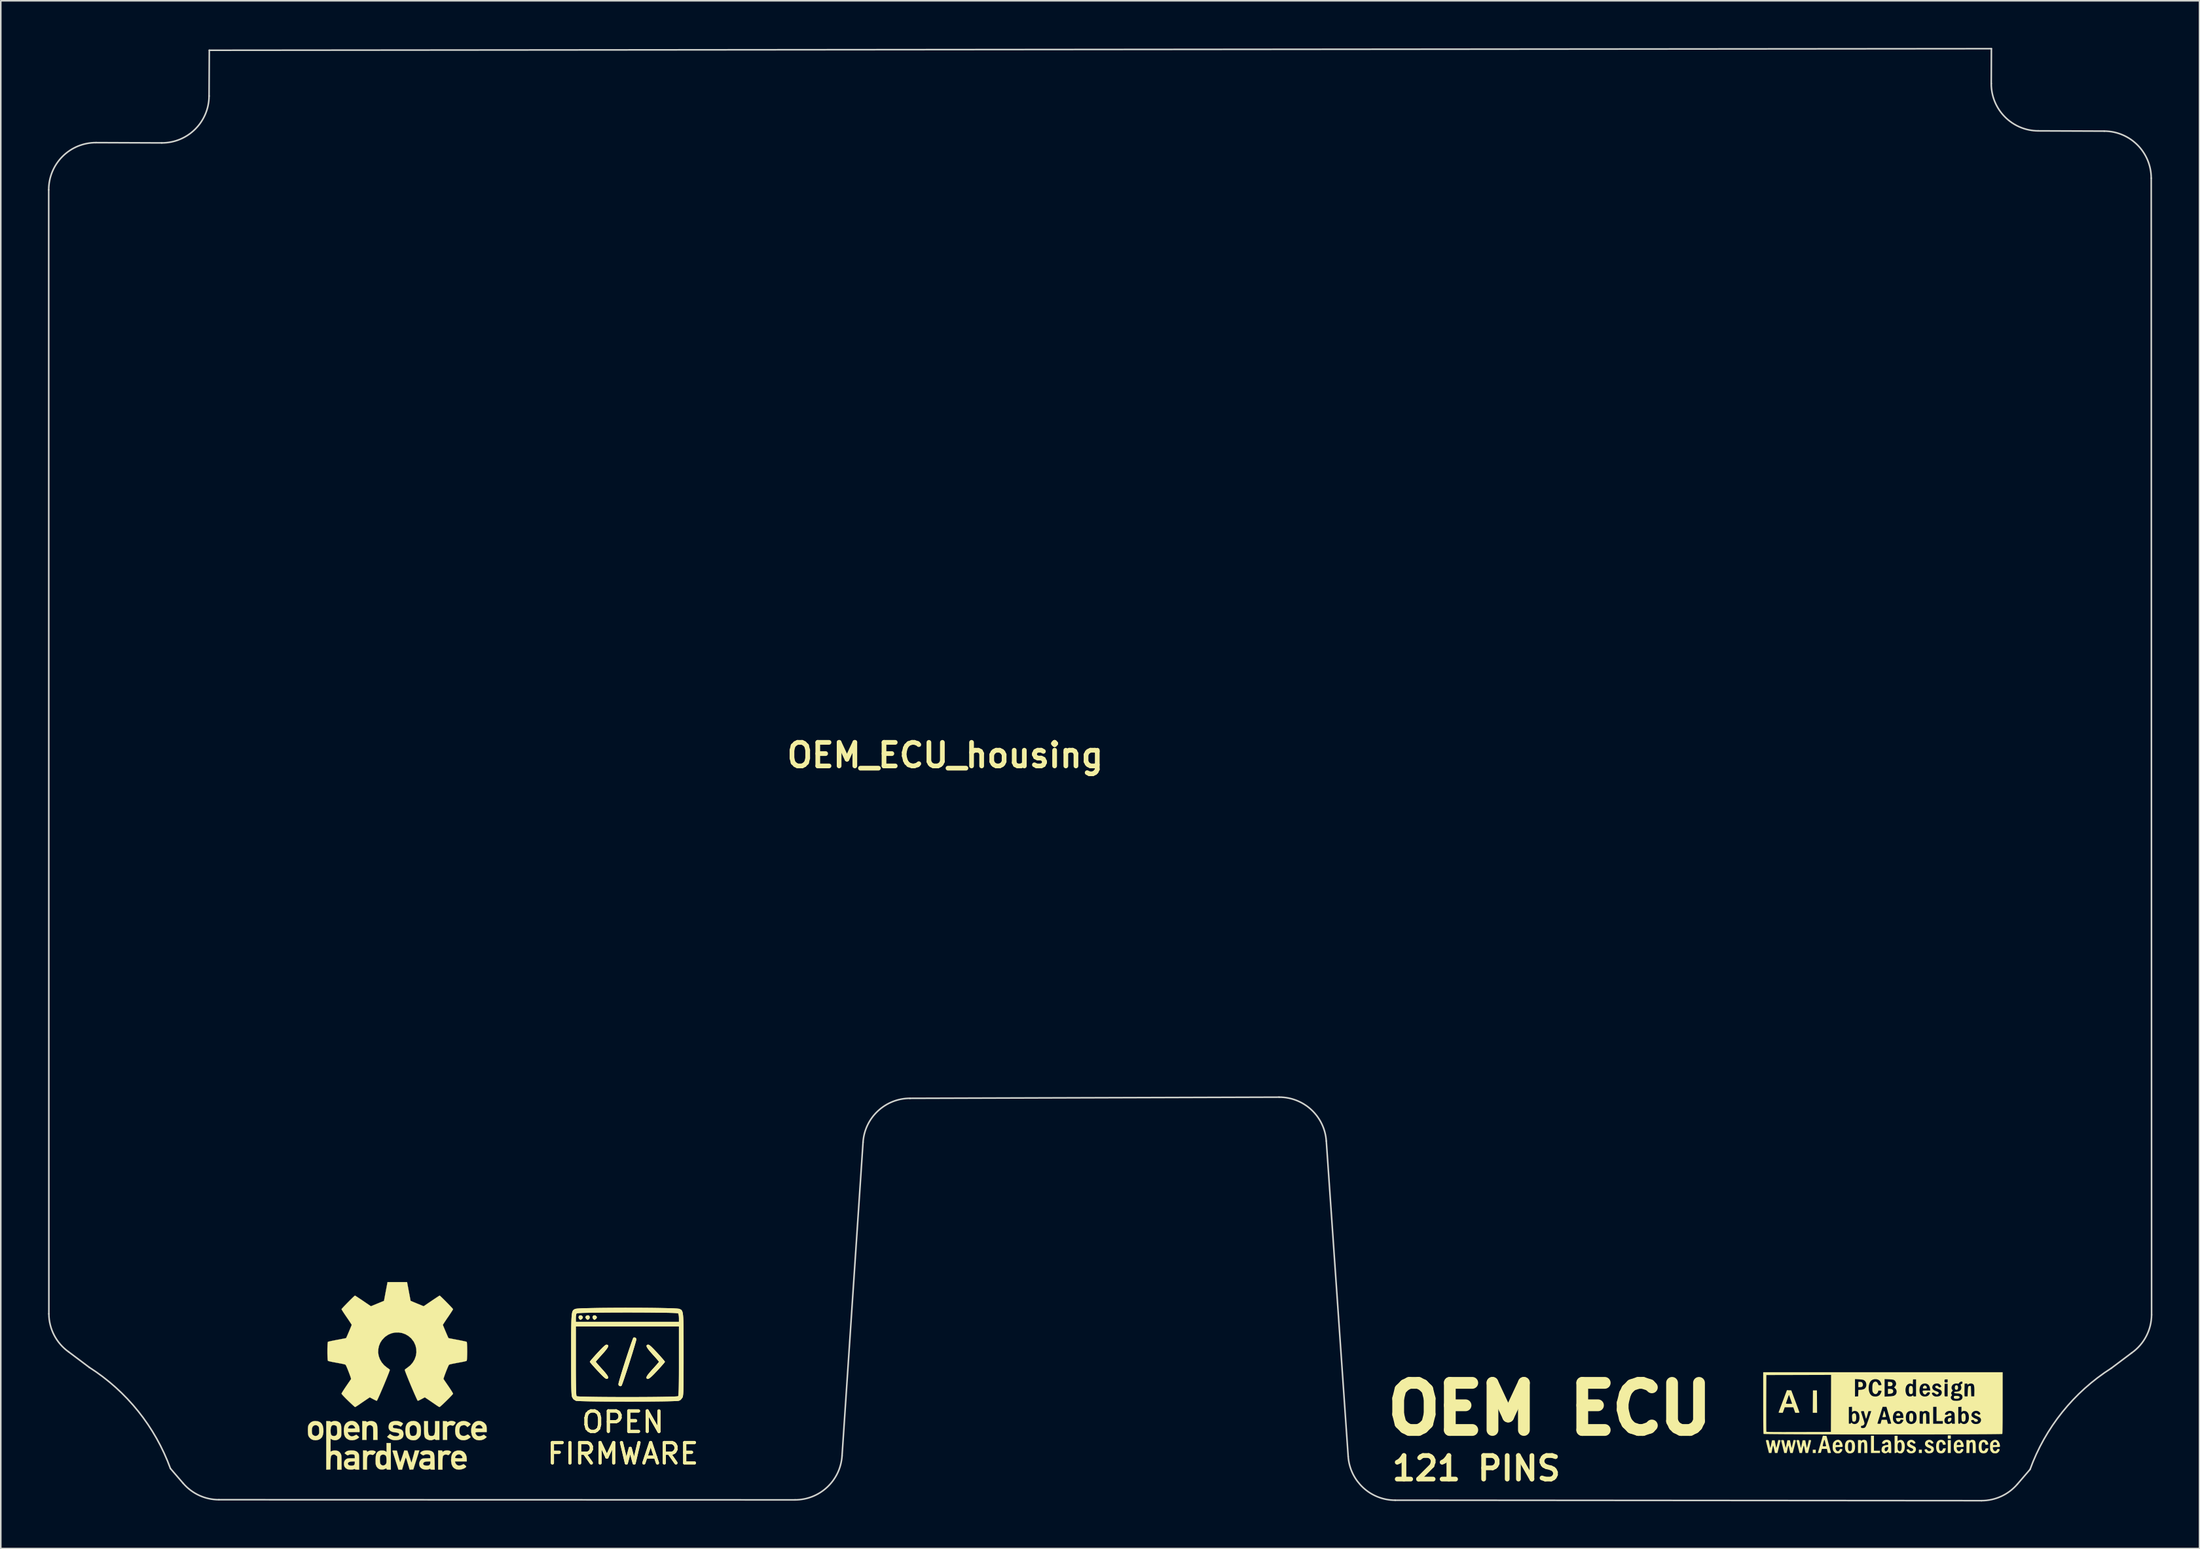
<source format=kicad_pcb>
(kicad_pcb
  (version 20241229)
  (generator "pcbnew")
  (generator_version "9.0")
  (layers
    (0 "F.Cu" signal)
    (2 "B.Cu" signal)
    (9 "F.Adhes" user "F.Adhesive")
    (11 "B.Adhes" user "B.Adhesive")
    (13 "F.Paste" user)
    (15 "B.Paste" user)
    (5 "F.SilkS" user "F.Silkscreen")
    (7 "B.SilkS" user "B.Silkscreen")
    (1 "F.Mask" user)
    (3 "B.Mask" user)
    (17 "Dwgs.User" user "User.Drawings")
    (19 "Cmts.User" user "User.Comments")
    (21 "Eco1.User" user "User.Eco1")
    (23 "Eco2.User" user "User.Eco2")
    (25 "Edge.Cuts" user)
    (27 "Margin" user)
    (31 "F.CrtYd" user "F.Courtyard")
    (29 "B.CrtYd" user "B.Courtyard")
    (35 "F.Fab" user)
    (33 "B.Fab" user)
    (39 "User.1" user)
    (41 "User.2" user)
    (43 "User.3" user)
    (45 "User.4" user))
  (footprint "OEM_ECU_housing"
    (layer "F.Cu")
    (at 66.884 42.756)
    (property "Reference" "OEM_ECU_housing" (at -9.784 2.284 0) (layer "F.SilkS") (effects (font (size 1.5 1.5) (thickness 0.3))))
    (attr board_only exclude_from_pos_files exclude_from_bom)
    (fp_poly (pts (xy 45.618 46.711) (xy 45.428 46.711) (xy 45.428 46.499) (xy 45.618 46.499)) (stroke (width 0) (type solid)) (fill yes) (layer "F.SilkS"))
    (fp_poly (pts (xy 52.37 46.711) (xy 52.18 46.711) (xy 52.18 46.499) (xy 52.37 46.499)) (stroke (width 0) (type solid)) (fill yes) (layer "F.SilkS"))
    (fp_poly (pts (xy 54.212 45.801) (xy 54.021 45.801) (xy 54.021 45.589) (xy 54.212 45.589)) (stroke (width 0) (type solid)) (fill yes) (layer "F.SilkS"))
    (fp_poly (pts (xy 54.212 46.711) (xy 54.021 46.711) (xy 54.021 45.885) (xy 54.212 45.885)) (stroke (width 0) (type solid)) (fill yes) (layer "F.SilkS"))
    (fp_poly (pts (xy 45.698 43.435) (xy 45.703 44.15) (xy 45.427 44.15) (xy 45.438 42.721) (xy 45.692 42.721)) (stroke (width 0) (type solid)) (fill yes) (layer "F.SilkS"))
    (fp_poly (pts (xy 49.322 46.563) (xy 49.703 46.563) (xy 49.703 46.711) (xy 49.132 46.711) (xy 49.132 45.61) (xy 49.322 45.61)) (stroke (width 0) (type solid)) (fill yes) (layer "F.SilkS"))
    (fp_poly (pts (xy -32.916 37.964) (xy -32.842 38.038) (xy -32.852 38.119) (xy -32.888 38.163) (xy -32.966 38.224) (xy -33.029 38.215) (xy -33.069 38.181) (xy -33.117 38.091) (xy -33.105 38.006) (xy -33.046 37.949) (xy -32.96 37.943)) (stroke (width 0) (type solid)) (fill yes) (layer "F.SilkS"))
    (fp_poly (pts (xy -32.916 37.964) (xy -32.842 38.038) (xy -32.852 38.119) (xy -32.888 38.163) (xy -32.966 38.224) (xy -33.029 38.215) (xy -33.069 38.181) (xy -33.117 38.091) (xy -33.105 38.006) (xy -33.046 37.949) (xy -32.96 37.943)) (stroke (width 0) (type solid)) (fill yes) (layer "F.SilkS"))
    (fp_poly (pts (xy -32.437 37.976) (xy -32.402 38.051) (xy -32.421 38.142) (xy -32.451 38.181) (xy -32.518 38.227) (xy -32.584 38.206) (xy -32.632 38.163) (xy -32.683 38.077) (xy -32.651 38) (xy -32.605 37.964) (xy -32.51 37.939)) (stroke (width 0) (type solid)) (fill yes) (layer "F.SilkS"))
    (fp_poly (pts (xy -32.437 37.976) (xy -32.402 38.051) (xy -32.421 38.142) (xy -32.451 38.181) (xy -32.518 38.227) (xy -32.584 38.206) (xy -32.632 38.163) (xy -32.683 38.077) (xy -32.651 38) (xy -32.605 37.964) (xy -32.51 37.939)) (stroke (width 0) (type solid)) (fill yes) (layer "F.SilkS"))
    (fp_poly (pts (xy -32.027 37.964) (xy -31.953 38.038) (xy -31.963 38.119) (xy -31.999 38.163) (xy -32.077 38.224) (xy -32.14 38.215) (xy -32.18 38.181) (xy -32.228 38.091) (xy -32.216 38.006) (xy -32.157 37.949) (xy -32.071 37.943)) (stroke (width 0) (type solid)) (fill yes) (layer "F.SilkS"))
    (fp_poly (pts (xy -32.027 37.964) (xy -31.953 38.038) (xy -31.963 38.119) (xy -31.999 38.163) (xy -32.077 38.224) (xy -32.14 38.215) (xy -32.18 38.181) (xy -32.228 38.091) (xy -32.216 38.006) (xy -32.157 37.949) (xy -32.071 37.943)) (stroke (width 0) (type solid)) (fill yes) (layer "F.SilkS"))
    (fp_poly (pts (xy 50.411 42.193) (xy 50.475 42.227) (xy 50.505 42.286) (xy 50.508 42.317) (xy 50.494 42.387) (xy 50.451 42.432) (xy 50.376 42.453) (xy 50.321 42.456) (xy 50.211 42.456) (xy 50.211 42.181) (xy 50.312 42.181)) (stroke (width 0) (type solid)) (fill yes) (layer "F.SilkS"))
    (fp_poly (pts (xy 50.441 42.637) (xy 50.51 42.672) (xy 50.545 42.732) (xy 50.55 42.775) (xy 50.535 42.849) (xy 50.489 42.9) (xy 50.408 42.93) (xy 50.342 42.939) (xy 50.211 42.948) (xy 50.211 42.626) (xy 50.338 42.626)) (stroke (width 0) (type solid)) (fill yes) (layer "F.SilkS"))
    (fp_poly (pts (xy 48.501 42.185) (xy 48.544 42.201) (xy 48.579 42.236) (xy 48.58 42.237) (xy 48.615 42.309) (xy 48.622 42.387) (xy 48.598 42.457) (xy 48.582 42.477) (xy 48.536 42.507) (xy 48.467 42.519) (xy 48.433 42.52) (xy 48.328 42.52) (xy 48.328 42.181) (xy 48.432 42.181)) (stroke (width 0) (type solid)) (fill yes) (layer "F.SilkS"))
    (fp_poly (pts (xy 54.606 42.4) (xy 54.649 42.436) (xy 54.674 42.498) (xy 54.678 42.533) (xy 54.667 42.619) (xy 54.635 42.67) (xy 54.579 42.689) (xy 54.572 42.689) (xy 54.512 42.674) (xy 54.488 42.648) (xy 54.469 42.586) (xy 54.468 42.514) (xy 54.483 42.451) (xy 54.499 42.426) (xy 54.553 42.395)) (stroke (width 0) (type solid)) (fill yes) (layer "F.SilkS"))
    (fp_poly (pts (xy 50.937 44.188) (xy 50.982 44.234) (xy 50.995 44.289) (xy 50.992 44.317) (xy 50.976 44.333) (xy 50.939 44.339) (xy 50.869 44.34) (xy 50.868 44.34) (xy 50.796 44.338) (xy 50.757 44.331) (xy 50.742 44.315) (xy 50.741 44.302) (xy 50.759 44.239) (xy 50.805 44.19) (xy 50.866 44.171) (xy 50.867 44.171)) (stroke (width 0) (type solid)) (fill yes) (layer "F.SilkS"))
    (fp_poly (pts (xy 54.232 44.471) (xy 54.251 44.491) (xy 54.254 44.538) (xy 54.239 44.615) (xy 54.198 44.678) (xy 54.142 44.715) (xy 54.108 44.721) (xy 54.06 44.716) (xy 54.035 44.707) (xy 54.026 44.678) (xy 54.022 44.626) (xy 54.021 44.613) (xy 54.038 44.537) (xy 54.086 44.488) (xy 54.166 44.468) (xy 54.185 44.467)) (stroke (width 0) (type solid)) (fill yes) (layer "F.SilkS"))
    (fp_poly (pts (xy 54.651 43.076) (xy 54.695 43.083) (xy 54.753 43.109) (xy 54.778 43.15) (xy 54.765 43.197) (xy 54.741 43.222) (xy 54.688 43.246) (xy 54.611 43.259) (xy 54.529 43.259) (xy 54.46 43.247) (xy 54.439 43.238) (xy 54.412 43.203) (xy 54.403 43.153) (xy 54.413 43.106) (xy 54.436 43.083) (xy 54.49 43.073) (xy 54.567 43.071)) (stroke (width 0) (type solid)) (fill yes) (layer "F.SilkS"))
    (fp_poly (pts (xy 49.976 44.034) (xy 49.989 44.062) (xy 50.009 44.118) (xy 50.032 44.191) (xy 50.054 44.269) (xy 50.072 44.339) (xy 50.083 44.39) (xy 50.084 44.404) (xy 50.065 44.415) (xy 50.016 44.423) (xy 49.97 44.425) (xy 49.856 44.425) (xy 49.906 44.24) (xy 49.929 44.156) (xy 49.946 44.086) (xy 49.956 44.043) (xy 49.957 44.034) (xy 49.967 44.026)) (stroke (width 0) (type solid)) (fill yes) (layer "F.SilkS"))
    (fp_poly (pts (xy 52.62 42.432) (xy 52.669 42.479) (xy 52.688 42.542) (xy 52.688 42.542) (xy 52.686 42.577) (xy 52.674 42.595) (xy 52.642 42.603) (xy 52.58 42.604) (xy 52.561 42.604) (xy 52.49 42.603) (xy 52.452 42.597) (xy 52.437 42.582) (xy 52.434 42.553) (xy 52.434 42.552) (xy 52.45 42.494) (xy 52.49 42.444) (xy 52.541 42.416) (xy 52.556 42.414)) (stroke (width 0) (type solid)) (fill yes) (layer "F.SilkS"))
    (fp_poly (pts (xy 51.726 42.445) (xy 51.763 42.478) (xy 51.786 42.539) (xy 51.797 42.634) (xy 51.799 42.712) (xy 51.797 42.805) (xy 51.791 42.867) (xy 51.779 42.905) (xy 51.76 42.929) (xy 51.7 42.96) (xy 51.636 42.958) (xy 51.584 42.925) (xy 51.578 42.917) (xy 51.558 42.869) (xy 51.547 42.792) (xy 51.545 42.7) (xy 51.55 42.584) (xy 51.567 42.505) (xy 51.598 42.458) (xy 51.646 42.437) (xy 51.672 42.435)) (stroke (width 0) (type solid)) (fill yes) (layer "F.SilkS"))
    (fp_poly (pts (xy 51.747 44.181) (xy 51.785 44.214) (xy 51.808 44.276) (xy 51.818 44.371) (xy 51.82 44.446) (xy 51.815 44.563) (xy 51.8 44.645) (xy 51.772 44.694) (xy 51.728 44.718) (xy 51.693 44.721) (xy 51.628 44.702) (xy 51.599 44.674) (xy 51.58 44.63) (xy 51.57 44.558) (xy 51.566 44.452) (xy 51.566 44.446) (xy 51.571 44.328) (xy 51.586 44.247) (xy 51.614 44.198) (xy 51.658 44.174) (xy 51.693 44.171)) (stroke (width 0) (type solid)) (fill yes) (layer "F.SilkS"))
    (fp_poly (pts (xy 48.143 44.208) (xy 48.15 44.215) (xy 48.174 44.265) (xy 48.188 44.343) (xy 48.194 44.436) (xy 48.19 44.53) (xy 48.177 44.612) (xy 48.155 44.669) (xy 48.15 44.677) (xy 48.096 44.711) (xy 48.033 44.719) (xy 47.978 44.698) (xy 47.965 44.686) (xy 47.948 44.644) (xy 47.936 44.566) (xy 47.929 44.469) (xy 47.926 44.377) (xy 47.929 44.316) (xy 47.939 44.275) (xy 47.958 44.241) (xy 47.967 44.229) (xy 48.024 44.182) (xy 48.085 44.175)) (stroke (width 0) (type solid)) (fill yes) (layer "F.SilkS"))
    (fp_poly (pts (xy 55.107 44.208) (xy 55.113 44.215) (xy 55.137 44.265) (xy 55.152 44.343) (xy 55.158 44.436) (xy 55.154 44.53) (xy 55.141 44.612) (xy 55.119 44.669) (xy 55.113 44.677) (xy 55.059 44.711) (xy 54.996 44.719) (xy 54.941 44.698) (xy 54.929 44.686) (xy 54.912 44.644) (xy 54.899 44.566) (xy 54.893 44.469) (xy 54.89 44.377) (xy 54.893 44.316) (xy 54.903 44.275) (xy 54.922 44.241) (xy 54.931 44.229) (xy 54.988 44.182) (xy 55.049 44.175)) (stroke (width 0) (type solid)) (fill yes) (layer "F.SilkS"))
    (fp_poly (pts (xy -41.1 44.68) (xy -41.014 44.706) (xy -40.959 44.739) (xy -40.941 44.765) (xy -40.946 44.796) (xy -40.978 44.845) (xy -41.005 44.879) (xy -41.061 44.942) (xy -41.103 44.968) (xy -41.139 44.966) (xy -41.245 44.939) (xy -41.323 44.94) (xy -41.386 44.971) (xy -41.408 44.989) (xy -41.476 45.052) (xy -41.476 45.876) (xy -41.75 45.876) (xy -41.75 44.681) (xy -41.613 44.681) (xy -41.531 44.684) (xy -41.488 44.696) (xy -41.476 44.718) (xy -41.476 44.719) (xy -41.47 44.742) (xy -41.444 44.739) (xy -41.407 44.722) (xy -41.332 44.691) (xy -41.271 44.672) (xy -41.193 44.667) (xy -41.1 44.68)) (stroke (width 0.01) (type solid)) (fill yes) (layer "F.SilkS"))
    (fp_poly (pts (xy -41.425 46.548) (xy -41.329 46.567) (xy -41.275 46.595) (xy -41.217 46.641) (xy -41.299 46.744) (xy -41.349 46.807) (xy -41.383 46.837) (xy -41.417 46.842) (xy -41.467 46.827) (xy -41.49 46.818) (xy -41.585 46.806) (xy -41.672 46.833) (xy -41.736 46.893) (xy -41.747 46.912) (xy -41.758 46.963) (xy -41.767 47.058) (xy -41.772 47.188) (xy -41.775 47.349) (xy -41.775 47.371) (xy -41.775 47.769) (xy -42.049 47.769) (xy -42.049 46.548) (xy -41.912 46.548) (xy -41.833 46.55) (xy -41.791 46.56) (xy -41.776 46.58) (xy -41.775 46.6) (xy -41.775 46.652) (xy -41.709 46.6) (xy -41.634 46.565) (xy -41.533 46.547) (xy -41.425 46.548)) (stroke (width 0.01) (type solid)) (fill yes) (layer "F.SilkS"))
    (fp_poly (pts (xy -46.631 46.551) (xy -46.593 46.562) (xy -46.581 46.587) (xy -46.581 46.598) (xy -46.579 46.629) (xy -46.564 46.634) (xy -46.524 46.612) (xy -46.5 46.598) (xy -46.425 46.567) (xy -46.335 46.552) (xy -46.241 46.55) (xy -46.153 46.562) (xy -46.08 46.584) (xy -46.035 46.617) (xy -46.026 46.657) (xy -46.03 46.668) (xy -46.063 46.713) (xy -46.115 46.768) (xy -46.124 46.777) (xy -46.173 46.818) (xy -46.215 46.832) (xy -46.274 46.822) (xy -46.298 46.816) (xy -46.372 46.801) (xy -46.424 46.808) (xy -46.467 46.832) (xy -46.507 46.863) (xy -46.537 46.903) (xy -46.557 46.958) (xy -46.57 47.037) (xy -46.578 47.147) (xy -46.58 47.295) (xy -46.581 47.384) (xy -46.581 47.769) (xy -46.83 47.769) (xy -46.83 46.548) (xy -46.705 46.548) (xy -46.631 46.551)) (stroke (width 0.01) (type solid)) (fill yes) (layer "F.SilkS"))
    (fp_poly (pts (xy -29.451 39.411) (xy -29.437 39.471) (xy -29.449 39.537) (xy -29.485 39.669) (xy -29.539 39.857) (xy -29.609 40.09) (xy -29.69 40.357) (xy -29.781 40.646) (xy -29.876 40.946) (xy -29.972 41.246) (xy -30.066 41.536) (xy -30.155 41.803) (xy -30.234 42.037) (xy -30.3 42.226) (xy -30.349 42.36) (xy -30.379 42.427) (xy -30.383 42.433) (xy -30.441 42.459) (xy -30.506 42.445) (xy -30.527 42.437) (xy -30.57 42.382) (xy -30.58 42.328) (xy -30.567 42.259) (xy -30.532 42.123) (xy -30.477 41.932) (xy -30.407 41.698) (xy -30.325 41.43) (xy -30.234 41.141) (xy -30.138 40.84) (xy -30.04 40.54) (xy -29.945 40.252) (xy -29.855 39.985) (xy -29.775 39.752) (xy -29.708 39.563) (xy -29.657 39.43) (xy -29.626 39.362) (xy -29.62 39.357) (xy -29.521 39.353)) (stroke (width 0) (type solid)) (fill yes) (layer "F.SilkS"))
    (fp_poly (pts (xy -29.451 39.411) (xy -29.437 39.471) (xy -29.449 39.537) (xy -29.485 39.669) (xy -29.539 39.857) (xy -29.609 40.09) (xy -29.69 40.357) (xy -29.781 40.646) (xy -29.876 40.946) (xy -29.972 41.246) (xy -30.066 41.536) (xy -30.155 41.803) (xy -30.234 42.037) (xy -30.3 42.226) (xy -30.349 42.36) (xy -30.379 42.427) (xy -30.383 42.433) (xy -30.441 42.459) (xy -30.506 42.445) (xy -30.527 42.437) (xy -30.57 42.382) (xy -30.58 42.328) (xy -30.567 42.259) (xy -30.532 42.123) (xy -30.477 41.932) (xy -30.407 41.698) (xy -30.325 41.43) (xy -30.234 41.141) (xy -30.138 40.84) (xy -30.04 40.54) (xy -29.945 40.252) (xy -29.855 39.985) (xy -29.775 39.752) (xy -29.708 39.563) (xy -29.657 39.43) (xy -29.626 39.362) (xy -29.62 39.357) (xy -29.521 39.353)) (stroke (width 0) (type solid)) (fill yes) (layer "F.SilkS"))
    (fp_poly (pts (xy -42.696 45.068) (xy -42.694 45.251) (xy -42.685 45.39) (xy -42.668 45.49) (xy -42.64 45.558) (xy -42.599 45.6) (xy -42.542 45.62) (xy -42.472 45.625) (xy -42.398 45.62) (xy -42.343 45.598) (xy -42.302 45.556) (xy -42.275 45.486) (xy -42.258 45.384) (xy -42.25 45.243) (xy -42.248 45.068) (xy -42.248 44.681) (xy -41.974 44.681) (xy -41.974 45.876) (xy -42.111 45.876) (xy -42.193 45.873) (xy -42.236 45.861) (xy -42.248 45.839) (xy -42.255 45.819) (xy -42.283 45.823) (xy -42.341 45.851) (xy -42.472 45.894) (xy -42.612 45.891) (xy -42.746 45.844) (xy -42.809 45.807) (xy -42.858 45.767) (xy -42.893 45.716) (xy -42.918 45.649) (xy -42.933 45.557) (xy -42.941 45.434) (xy -42.945 45.273) (xy -42.945 45.148) (xy -42.945 44.681) (xy -42.696 44.681) (xy -42.696 45.068)) (stroke (width 0.01) (type solid)) (fill yes) (layer "F.SilkS"))
    (fp_poly (pts (xy 48.777 45.888) (xy 48.789 45.894) (xy 48.827 45.92) (xy 48.855 45.957) (xy 48.875 46.011) (xy 48.888 46.088) (xy 48.896 46.194) (xy 48.899 46.334) (xy 48.899 46.399) (xy 48.899 46.711) (xy 48.709 46.711) (xy 48.709 46.395) (xy 48.708 46.267) (xy 48.705 46.176) (xy 48.7 46.114) (xy 48.692 46.074) (xy 48.679 46.05) (xy 48.675 46.046) (xy 48.64 46.018) (xy 48.607 46.019) (xy 48.562 46.049) (xy 48.557 46.053) (xy 48.538 46.071) (xy 48.524 46.092) (xy 48.515 46.125) (xy 48.509 46.176) (xy 48.505 46.253) (xy 48.501 46.362) (xy 48.501 46.402) (xy 48.494 46.711) (xy 48.306 46.711) (xy 48.306 45.885) (xy 48.402 45.885) (xy 48.463 45.889) (xy 48.491 45.902) (xy 48.497 45.92) (xy 48.5 45.943) (xy 48.517 45.937) (xy 48.537 45.919) (xy 48.607 45.881) (xy 48.693 45.87)) (stroke (width 0) (type solid)) (fill yes) (layer "F.SilkS"))
    (fp_poly (pts (xy 55.678 45.888) (xy 55.689 45.894) (xy 55.727 45.92) (xy 55.755 45.957) (xy 55.775 46.011) (xy 55.789 46.088) (xy 55.796 46.194) (xy 55.799 46.334) (xy 55.799 46.399) (xy 55.799 46.711) (xy 55.609 46.711) (xy 55.609 46.395) (xy 55.608 46.267) (xy 55.605 46.176) (xy 55.6 46.114) (xy 55.592 46.074) (xy 55.58 46.05) (xy 55.576 46.046) (xy 55.54 46.018) (xy 55.508 46.019) (xy 55.462 46.049) (xy 55.458 46.053) (xy 55.438 46.071) (xy 55.424 46.092) (xy 55.415 46.125) (xy 55.409 46.176) (xy 55.405 46.253) (xy 55.402 46.362) (xy 55.401 46.402) (xy 55.394 46.711) (xy 55.207 46.711) (xy 55.207 45.885) (xy 55.302 45.885) (xy 55.363 45.889) (xy 55.392 45.902) (xy 55.397 45.92) (xy 55.4 45.943) (xy 55.417 45.937) (xy 55.437 45.919) (xy 55.507 45.881) (xy 55.594 45.87)) (stroke (width 0) (type solid)) (fill yes) (layer "F.SilkS"))
    (fp_poly (pts (xy -31.325 39.807) (xy -31.248 39.833) (xy -31.223 39.887) (xy -31.25 39.976) (xy -31.334 40.104) (xy -31.476 40.278) (xy -31.615 40.433) (xy -31.76 40.594) (xy -31.882 40.732) (xy -31.971 40.836) (xy -32.016 40.894) (xy -32.019 40.901) (xy -31.992 40.94) (xy -31.918 41.029) (xy -31.806 41.157) (xy -31.668 41.311) (xy -31.616 41.368) (xy -31.43 41.578) (xy -31.305 41.737) (xy -31.238 41.853) (xy -31.226 41.93) (xy -31.266 41.975) (xy -31.325 41.991) (xy -31.375 41.979) (xy -31.452 41.927) (xy -31.562 41.829) (xy -31.713 41.678) (xy -31.907 41.473) (xy -32.069 41.297) (xy -32.209 41.14) (xy -32.316 41.015) (xy -32.383 40.931) (xy -32.4 40.902) (xy -32.373 40.86) (xy -32.297 40.766) (xy -32.182 40.633) (xy -32.037 40.47) (xy -31.907 40.328) (xy -31.71 40.119) (xy -31.561 39.969) (xy -31.452 39.871) (xy -31.376 39.819) (xy -31.325 39.807)) (stroke (width 0) (type solid)) (fill yes) (layer "F.SilkS"))
    (fp_poly (pts (xy -31.325 39.807) (xy -31.248 39.833) (xy -31.223 39.887) (xy -31.25 39.976) (xy -31.334 40.104) (xy -31.476 40.278) (xy -31.615 40.433) (xy -31.76 40.594) (xy -31.882 40.732) (xy -31.971 40.836) (xy -32.016 40.894) (xy -32.019 40.901) (xy -31.992 40.94) (xy -31.918 41.029) (xy -31.806 41.157) (xy -31.668 41.311) (xy -31.616 41.368) (xy -31.43 41.578) (xy -31.305 41.737) (xy -31.238 41.853) (xy -31.226 41.93) (xy -31.266 41.975) (xy -31.325 41.991) (xy -31.375 41.979) (xy -31.452 41.927) (xy -31.562 41.829) (xy -31.713 41.678) (xy -31.907 41.473) (xy -32.069 41.297) (xy -32.209 41.14) (xy -32.316 41.015) (xy -32.383 40.931) (xy -32.4 40.902) (xy -32.373 40.86) (xy -32.297 40.766) (xy -32.182 40.633) (xy -32.037 40.47) (xy -31.907 40.328) (xy -31.71 40.119) (xy -31.561 39.969) (xy -31.452 39.871) (xy -31.376 39.819) (xy -31.325 39.807)) (stroke (width 0) (type solid)) (fill yes) (layer "F.SilkS"))
    (fp_poly (pts (xy -28.642 39.819) (xy -28.566 39.87) (xy -28.457 39.967) (xy -28.308 40.117) (xy -28.113 40.325) (xy -28.11 40.328) (xy -27.948 40.506) (xy -27.809 40.663) (xy -27.701 40.789) (xy -27.634 40.873) (xy -27.617 40.902) (xy -27.644 40.945) (xy -27.72 41.038) (xy -27.836 41.171) (xy -27.981 41.333) (xy -28.108 41.471) (xy -28.31 41.684) (xy -28.466 41.837) (xy -28.583 41.936) (xy -28.669 41.987) (xy -28.732 41.995) (xy -28.774 41.971) (xy -28.799 41.923) (xy -28.786 41.855) (xy -28.731 41.759) (xy -28.628 41.625) (xy -28.472 41.446) (xy -28.4 41.367) (xy -28.255 41.207) (xy -28.133 41.069) (xy -28.045 40.966) (xy -28.001 40.908) (xy -27.998 40.901) (xy -28.025 40.862) (xy -28.099 40.773) (xy -28.21 40.645) (xy -28.349 40.491) (xy -28.402 40.433) (xy -28.588 40.223) (xy -28.713 40.063) (xy -28.78 39.947) (xy -28.792 39.869) (xy -28.752 39.823) (xy -28.692 39.807)) (stroke (width 0) (type solid)) (fill yes) (layer "F.SilkS"))
    (fp_poly (pts (xy -28.642 39.819) (xy -28.566 39.87) (xy -28.457 39.967) (xy -28.308 40.117) (xy -28.113 40.325) (xy -28.11 40.328) (xy -27.948 40.506) (xy -27.809 40.663) (xy -27.701 40.789) (xy -27.634 40.873) (xy -27.617 40.902) (xy -27.644 40.945) (xy -27.72 41.038) (xy -27.836 41.171) (xy -27.981 41.333) (xy -28.108 41.471) (xy -28.31 41.684) (xy -28.466 41.837) (xy -28.583 41.936) (xy -28.669 41.987) (xy -28.732 41.995) (xy -28.774 41.971) (xy -28.799 41.923) (xy -28.786 41.855) (xy -28.731 41.759) (xy -28.628 41.625) (xy -28.472 41.446) (xy -28.4 41.367) (xy -28.255 41.207) (xy -28.133 41.069) (xy -28.045 40.966) (xy -28.001 40.908) (xy -27.998 40.901) (xy -28.025 40.862) (xy -28.099 40.773) (xy -28.21 40.645) (xy -28.349 40.491) (xy -28.402 40.433) (xy -28.588 40.223) (xy -28.713 40.063) (xy -28.78 39.947) (xy -28.792 39.869) (xy -28.752 39.823) (xy -28.692 39.807)) (stroke (width 0) (type solid)) (fill yes) (layer "F.SilkS"))
    (fp_poly (pts (xy -46.157 44.701) (xy -46.095 44.731) (xy -46.035 44.774) (xy -45.989 44.823) (xy -45.955 44.886) (xy -45.933 44.969) (xy -45.919 45.08) (xy -45.911 45.226) (xy -45.909 45.414) (xy -45.909 45.434) (xy -45.908 45.876) (xy -46.182 45.876) (xy -46.182 45.469) (xy -46.182 45.318) (xy -46.184 45.208) (xy -46.187 45.132) (xy -46.195 45.081) (xy -46.206 45.047) (xy -46.224 45.021) (xy -46.248 44.995) (xy -46.333 44.941) (xy -46.426 44.931) (xy -46.514 44.965) (xy -46.545 44.991) (xy -46.567 45.015) (xy -46.583 45.041) (xy -46.594 45.077) (xy -46.601 45.131) (xy -46.604 45.211) (xy -46.605 45.325) (xy -46.606 45.464) (xy -46.606 45.876) (xy -46.88 45.876) (xy -46.88 44.681) (xy -46.743 44.681) (xy -46.66 44.684) (xy -46.618 44.696) (xy -46.606 44.718) (xy -46.606 44.719) (xy -46.6 44.741) (xy -46.575 44.738) (xy -46.525 44.714) (xy -46.411 44.678) (xy -46.281 44.674) (xy -46.157 44.701)) (stroke (width 0.01) (type solid)) (fill yes) (layer "F.SilkS"))
    (fp_poly (pts (xy 46.186 45.614) (xy 46.301 45.621) (xy 46.433 46.118) (xy 46.47 46.259) (xy 46.505 46.389) (xy 46.535 46.501) (xy 46.558 46.588) (xy 46.574 46.645) (xy 46.58 46.663) (xy 46.585 46.691) (xy 46.573 46.706) (xy 46.534 46.71) (xy 46.491 46.711) (xy 46.388 46.711) (xy 46.357 46.578) (xy 46.326 46.446) (xy 46.01 46.446) (xy 45.976 46.573) (xy 45.943 46.7) (xy 45.847 46.706) (xy 45.752 46.713) (xy 45.886 46.25) (xy 46.063 46.25) (xy 46.07 46.273) (xy 46.099 46.284) (xy 46.159 46.287) (xy 46.169 46.287) (xy 46.232 46.283) (xy 46.269 46.272) (xy 46.274 46.264) (xy 46.269 46.234) (xy 46.256 46.174) (xy 46.238 46.097) (xy 46.218 46.016) (xy 46.198 45.941) (xy 46.182 45.885) (xy 46.176 45.864) (xy 46.166 45.871) (xy 46.15 45.909) (xy 46.13 45.969) (xy 46.108 46.041) (xy 46.088 46.117) (xy 46.073 46.185) (xy 46.064 46.238) (xy 46.063 46.25) (xy 45.886 46.25) (xy 45.912 46.161) (xy 46.071 45.608)) (stroke (width 0) (type solid)) (fill yes) (layer "F.SilkS"))
    (fp_poly (pts (xy 53.682 45.88) (xy 53.774 45.926) (xy 53.842 46.004) (xy 53.883 46.111) (xy 53.889 46.152) (xy 53.879 46.172) (xy 53.844 46.181) (xy 53.802 46.185) (xy 53.743 46.187) (xy 53.713 46.179) (xy 53.699 46.152) (xy 53.695 46.131) (xy 53.669 46.057) (xy 53.625 46.019) (xy 53.585 46.012) (xy 53.53 46.029) (xy 53.491 46.082) (xy 53.468 46.171) (xy 53.46 46.298) (xy 53.468 46.425) (xy 53.49 46.513) (xy 53.529 46.566) (xy 53.584 46.584) (xy 53.587 46.584) (xy 53.639 46.565) (xy 53.682 46.519) (xy 53.703 46.461) (xy 53.704 46.452) (xy 53.712 46.428) (xy 53.742 46.417) (xy 53.801 46.414) (xy 53.898 46.414) (xy 53.883 46.483) (xy 53.844 46.597) (xy 53.784 46.675) (xy 53.747 46.7) (xy 53.662 46.726) (xy 53.562 46.73) (xy 53.467 46.714) (xy 53.416 46.692) (xy 53.348 46.627) (xy 53.303 46.529) (xy 53.28 46.396) (xy 53.276 46.296) (xy 53.287 46.146) (xy 53.323 46.029) (xy 53.383 45.945) (xy 53.468 45.893) (xy 53.573 45.87)) (stroke (width 0) (type solid)) (fill yes) (layer "F.SilkS"))
    (fp_poly (pts (xy 56.392 45.88) (xy 56.483 45.926) (xy 56.552 46.004) (xy 56.592 46.111) (xy 56.599 46.152) (xy 56.589 46.172) (xy 56.553 46.181) (xy 56.511 46.185) (xy 56.452 46.187) (xy 56.423 46.179) (xy 56.409 46.152) (xy 56.404 46.131) (xy 56.378 46.057) (xy 56.334 46.019) (xy 56.295 46.012) (xy 56.239 46.029) (xy 56.2 46.082) (xy 56.177 46.171) (xy 56.17 46.298) (xy 56.177 46.425) (xy 56.2 46.513) (xy 56.238 46.566) (xy 56.294 46.584) (xy 56.296 46.584) (xy 56.348 46.565) (xy 56.392 46.519) (xy 56.413 46.461) (xy 56.413 46.452) (xy 56.421 46.428) (xy 56.452 46.417) (xy 56.51 46.414) (xy 56.607 46.414) (xy 56.592 46.483) (xy 56.553 46.597) (xy 56.493 46.675) (xy 56.456 46.7) (xy 56.371 46.726) (xy 56.272 46.73) (xy 56.177 46.714) (xy 56.125 46.692) (xy 56.058 46.627) (xy 56.012 46.529) (xy 55.989 46.396) (xy 55.985 46.296) (xy 55.997 46.146) (xy 56.032 46.029) (xy 56.092 45.945) (xy 56.178 45.893) (xy 56.282 45.87)) (stroke (width 0) (type solid)) (fill yes) (layer "F.SilkS"))
    (fp_poly (pts (xy -40.272 44.691) (xy -40.128 44.752) (xy -40.083 44.782) (xy -40.024 44.828) (xy -39.988 44.864) (xy -39.982 44.876) (xy -40 44.902) (xy -40.045 44.946) (xy -40.082 44.977) (xy -40.182 45.058) (xy -40.261 44.991) (xy -40.323 44.948) (xy -40.382 44.933) (xy -40.45 44.937) (xy -40.559 44.964) (xy -40.633 45.02) (xy -40.679 45.11) (xy -40.699 45.241) (xy -40.699 45.241) (xy -40.698 45.386) (xy -40.67 45.493) (xy -40.615 45.566) (xy -40.577 45.591) (xy -40.477 45.622) (xy -40.37 45.622) (xy -40.278 45.592) (xy -40.256 45.577) (xy -40.201 45.54) (xy -40.157 45.534) (xy -40.111 45.562) (xy -40.06 45.611) (xy -39.978 45.695) (xy -40.069 45.77) (xy -40.208 45.854) (xy -40.365 45.895) (xy -40.53 45.892) (xy -40.638 45.865) (xy -40.764 45.797) (xy -40.865 45.69) (xy -40.911 45.615) (xy -40.948 45.506) (xy -40.966 45.369) (xy -40.967 45.221) (xy -40.948 45.078) (xy -40.912 44.959) (xy -40.906 44.947) (xy -40.821 44.827) (xy -40.706 44.739) (xy -40.571 44.686) (xy -40.423 44.67) (xy -40.272 44.691)) (stroke (width 0.01) (type solid)) (fill yes) (layer "F.SilkS"))
    (fp_poly (pts (xy 50.825 45.944) (xy 50.905 45.904) (xy 51.001 45.875) (xy 51.091 45.886) (xy 51.17 45.936) (xy 51.229 46.017) (xy 51.269 46.127) (xy 51.286 46.253) (xy 51.283 46.382) (xy 51.259 46.504) (xy 51.216 46.607) (xy 51.174 46.662) (xy 51.124 46.706) (xy 51.075 46.727) (xy 51.007 46.732) (xy 50.999 46.732) (xy 50.908 46.722) (xy 50.842 46.691) (xy 50.839 46.688) (xy 50.8 46.661) (xy 50.78 46.66) (xy 50.77 46.677) (xy 50.74 46.703) (xy 50.696 46.711) (xy 50.635 46.711) (xy 50.635 46.241) (xy 50.826 46.241) (xy 50.829 46.37) (xy 50.829 46.375) (xy 50.836 46.459) (xy 50.847 46.512) (xy 50.867 46.546) (xy 50.887 46.565) (xy 50.944 46.6) (xy 50.991 46.597) (xy 51.025 46.572) (xy 51.058 46.523) (xy 51.078 46.452) (xy 51.088 46.352) (xy 51.088 46.277) (xy 51.079 46.159) (xy 51.053 46.075) (xy 51.012 46.027) (xy 50.959 46.017) (xy 50.899 46.042) (xy 50.861 46.083) (xy 50.837 46.147) (xy 50.826 46.241) (xy 50.635 46.241) (xy 50.635 45.61) (xy 50.825 45.61)) (stroke (width 0) (type solid)) (fill yes) (layer "F.SilkS"))
    (fp_poly (pts (xy 47.913 45.889) (xy 48.001 45.932) (xy 48.064 46.006) (xy 48.103 46.113) (xy 48.119 46.254) (xy 48.12 46.298) (xy 48.11 46.451) (xy 48.078 46.568) (xy 48.023 46.653) (xy 47.943 46.706) (xy 47.837 46.73) (xy 47.791 46.732) (xy 47.715 46.728) (xy 47.662 46.713) (xy 47.613 46.679) (xy 47.599 46.667) (xy 47.54 46.6) (xy 47.501 46.519) (xy 47.48 46.415) (xy 47.475 46.282) (xy 47.481 46.223) (xy 47.674 46.223) (xy 47.674 46.341) (xy 47.679 46.432) (xy 47.687 46.491) (xy 47.7 46.529) (xy 47.721 46.555) (xy 47.732 46.564) (xy 47.772 46.593) (xy 47.798 46.605) (xy 47.825 46.593) (xy 47.865 46.564) (xy 47.89 46.54) (xy 47.905 46.508) (xy 47.915 46.458) (xy 47.92 46.381) (xy 47.922 46.341) (xy 47.921 46.203) (xy 47.903 46.103) (xy 47.869 46.04) (xy 47.818 46.015) (xy 47.758 46.022) (xy 47.715 46.055) (xy 47.687 46.121) (xy 47.674 46.223) (xy 47.481 46.223) (xy 47.489 46.134) (xy 47.525 46.021) (xy 47.586 45.941) (xy 47.673 45.892) (xy 47.786 45.875) (xy 47.798 45.875)) (stroke (width 0) (type solid)) (fill yes) (layer "F.SilkS"))
    (fp_poly (pts (xy -43.454 44.695) (xy -43.328 44.764) (xy -43.229 44.872) (xy -43.183 44.96) (xy -43.163 45.038) (xy -43.15 45.149) (xy -43.144 45.277) (xy -43.147 45.405) (xy -43.157 45.518) (xy -43.169 45.578) (xy -43.21 45.66) (xy -43.28 45.748) (xy -43.365 45.824) (xy -43.449 45.874) (xy -43.451 45.875) (xy -43.555 45.896) (xy -43.679 45.897) (xy -43.796 45.877) (xy -43.841 45.861) (xy -43.958 45.795) (xy -44.042 45.708) (xy -44.097 45.594) (xy -44.127 45.443) (xy -44.134 45.364) (xy -44.133 45.265) (xy -43.866 45.265) (xy -43.857 45.41) (xy -43.832 45.52) (xy -43.79 45.59) (xy -43.761 45.61) (xy -43.686 45.624) (xy -43.597 45.62) (xy -43.52 45.6) (xy -43.499 45.589) (xy -43.446 45.524) (xy -43.411 45.425) (xy -43.396 45.305) (xy -43.403 45.176) (xy -43.419 45.098) (xy -43.466 45.008) (xy -43.541 44.952) (xy -43.63 44.932) (xy -43.723 44.953) (xy -43.794 45.003) (xy -43.831 45.044) (xy -43.853 45.084) (xy -43.863 45.139) (xy -43.866 45.224) (xy -43.866 45.265) (xy -44.133 45.265) (xy -44.132 45.154) (xy -44.098 44.982) (xy -44.031 44.847) (xy -43.932 44.75) (xy -43.801 44.691) (xy -43.773 44.684) (xy -43.603 44.668) (xy -43.454 44.695)) (stroke (width 0.01) (type solid)) (fill yes) (layer "F.SilkS"))
    (fp_poly (pts (xy 43.922 42.715) (xy 44.061 42.721) (xy 44.321 43.419) (xy 44.381 43.582) (xy 44.437 43.732) (xy 44.486 43.865) (xy 44.526 43.977) (xy 44.557 44.062) (xy 44.575 44.116) (xy 44.581 44.134) (xy 44.562 44.142) (xy 44.511 44.148) (xy 44.446 44.15) (xy 44.311 44.15) (xy 44.189 43.8) (xy 43.643 43.8) (xy 43.615 43.885) (xy 43.588 43.962) (xy 43.558 44.045) (xy 43.553 44.06) (xy 43.519 44.15) (xy 43.381 44.15) (xy 43.303 44.147) (xy 43.262 44.139) (xy 43.252 44.125) (xy 43.253 44.123) (xy 43.262 44.098) (xy 43.285 44.037) (xy 43.319 43.947) (xy 43.362 43.831) (xy 43.414 43.694) (xy 43.467 43.552) (xy 43.72 43.552) (xy 43.726 43.564) (xy 43.758 43.573) (xy 43.822 43.577) (xy 43.912 43.578) (xy 44.114 43.578) (xy 44.018 43.298) (xy 43.982 43.196) (xy 43.952 43.11) (xy 43.929 43.047) (xy 43.916 43.014) (xy 43.915 43.011) (xy 43.906 43.027) (xy 43.886 43.076) (xy 43.859 43.151) (xy 43.826 43.245) (xy 43.819 43.265) (xy 43.785 43.364) (xy 43.756 43.451) (xy 43.733 43.516) (xy 43.721 43.55) (xy 43.72 43.552) (xy 43.467 43.552) (xy 43.471 43.541) (xy 43.523 43.403) (xy 43.783 42.708)) (stroke (width 0) (type solid)) (fill yes) (layer "F.SilkS"))
    (fp_poly (pts (xy -44.106 46.553) (xy -44.007 46.561) (xy -43.879 46.947) (xy -43.75 47.333) (xy -43.709 47.196) (xy -43.685 47.111) (xy -43.653 46.997) (xy -43.619 46.871) (xy -43.6 46.804) (xy -43.532 46.548) (xy -43.249 46.548) (xy -43.333 46.816) (xy -43.375 46.948) (xy -43.425 47.107) (xy -43.478 47.272) (xy -43.525 47.42) (xy -43.632 47.756) (xy -43.863 47.771) (xy -43.925 47.564) (xy -43.964 47.436) (xy -44.006 47.294) (xy -44.043 47.169) (xy -44.044 47.164) (xy -44.072 47.08) (xy -44.096 47.022) (xy -44.113 47) (xy -44.117 47.003) (xy -44.129 47.036) (xy -44.152 47.109) (xy -44.184 47.211) (xy -44.22 47.334) (xy -44.24 47.401) (xy -44.348 47.769) (xy -44.578 47.769) (xy -44.761 47.19) (xy -44.812 47.027) (xy -44.859 46.88) (xy -44.899 46.754) (xy -44.93 46.657) (xy -44.95 46.596) (xy -44.956 46.578) (xy -44.951 46.56) (xy -44.914 46.552) (xy -44.836 46.553) (xy -44.824 46.553) (xy -44.679 46.561) (xy -44.584 46.909) (xy -44.549 47.037) (xy -44.518 47.148) (xy -44.493 47.235) (xy -44.478 47.287) (xy -44.475 47.295) (xy -44.463 47.286) (xy -44.439 47.235) (xy -44.406 47.151) (xy -44.366 47.04) (xy -44.333 46.939) (xy -44.204 46.546) (xy -44.106 46.553)) (stroke (width 0.01) (type solid)) (fill yes) (layer "F.SilkS"))
    (fp_poly (pts (xy -49.69 44.694) (xy -49.56 44.751) (xy -49.461 44.847) (xy -49.393 44.982) (xy -49.357 45.156) (xy -49.354 45.183) (xy -49.352 45.375) (xy -49.379 45.542) (xy -49.432 45.678) (xy -49.461 45.722) (xy -49.561 45.814) (xy -49.689 45.874) (xy -49.831 45.899) (xy -49.977 45.886) (xy -50.088 45.848) (xy -50.183 45.782) (xy -50.261 45.696) (xy -50.262 45.694) (xy -50.294 45.641) (xy -50.314 45.587) (xy -50.327 45.52) (xy -50.334 45.425) (xy -50.337 45.347) (xy -50.338 45.276) (xy -50.089 45.276) (xy -50.087 45.346) (xy -50.078 45.44) (xy -50.063 45.5) (xy -50.035 45.543) (xy -50.008 45.568) (xy -49.915 45.62) (xy -49.817 45.627) (xy -49.726 45.59) (xy -49.681 45.548) (xy -49.648 45.505) (xy -49.629 45.464) (xy -49.621 45.411) (xy -49.62 45.332) (xy -49.623 45.259) (xy -49.628 45.155) (xy -49.637 45.087) (xy -49.653 45.043) (xy -49.68 45.009) (xy -49.701 44.99) (xy -49.79 44.939) (xy -49.886 44.937) (xy -49.967 44.967) (xy -50.035 45.029) (xy -50.076 45.132) (xy -50.089 45.276) (xy -50.338 45.276) (xy -50.34 45.192) (xy -50.335 45.076) (xy -50.32 44.988) (xy -50.293 44.92) (xy -50.252 44.859) (xy -50.236 44.841) (xy -50.141 44.751) (xy -50.038 44.698) (xy -49.913 44.676) (xy -49.852 44.675) (xy -49.69 44.694)) (stroke (width 0.01) (type solid)) (fill yes) (layer "F.SilkS"))
    (fp_poly (pts (xy -45.062 47.769) (xy -45.199 47.769) (xy -45.278 47.766) (xy -45.32 47.757) (xy -45.334 47.736) (xy -45.336 47.721) (xy -45.338 47.693) (xy -45.354 47.688) (xy -45.396 47.705) (xy -45.428 47.721) (xy -45.552 47.76) (xy -45.688 47.762) (xy -45.798 47.734) (xy -45.9 47.664) (xy -45.978 47.561) (xy -46.021 47.439) (xy -46.022 47.432) (xy -46.028 47.358) (xy -46.031 47.252) (xy -46.031 47.171) (xy -45.759 47.171) (xy -45.753 47.278) (xy -45.738 47.366) (xy -45.719 47.416) (xy -45.646 47.484) (xy -45.558 47.509) (xy -45.468 47.489) (xy -45.392 47.43) (xy -45.363 47.391) (xy -45.346 47.343) (xy -45.338 47.274) (xy -45.336 47.171) (xy -45.339 47.068) (xy -45.348 46.978) (xy -45.362 46.918) (xy -45.364 46.912) (xy -45.417 46.848) (xy -45.494 46.813) (xy -45.581 46.807) (xy -45.661 46.832) (xy -45.721 46.887) (xy -45.727 46.898) (xy -45.746 46.965) (xy -45.757 47.061) (xy -45.759 47.171) (xy -46.031 47.171) (xy -46.031 47.13) (xy -46.029 47.065) (xy -46.017 46.903) (xy -45.992 46.782) (xy -45.949 46.693) (xy -45.887 46.626) (xy -45.826 46.587) (xy -45.741 46.559) (xy -45.636 46.55) (xy -45.528 46.557) (xy -45.435 46.581) (xy -45.386 46.61) (xy -45.336 46.656) (xy -45.336 46.075) (xy -45.062 46.075) (xy -45.062 47.769)) (stroke (width 0.01) (type solid)) (fill yes) (layer "F.SilkS"))
    (fp_poly (pts (xy 43.351 45.891) (xy 43.374 45.905) (xy 43.375 45.907) (xy 43.37 45.933) (xy 43.356 45.994) (xy 43.335 46.082) (xy 43.308 46.191) (xy 43.278 46.314) (xy 43.277 46.32) (xy 43.179 46.711) (xy 43.021 46.711) (xy 42.972 46.483) (xy 42.951 46.39) (xy 42.932 46.312) (xy 42.917 46.258) (xy 42.91 46.24) (xy 42.9 46.253) (xy 42.885 46.3) (xy 42.867 46.374) (xy 42.846 46.467) (xy 42.846 46.467) (xy 42.797 46.711) (xy 42.639 46.711) (xy 42.541 46.32) (xy 42.51 46.196) (xy 42.484 46.086) (xy 42.463 45.997) (xy 42.449 45.935) (xy 42.443 45.907) (xy 42.443 45.907) (xy 42.462 45.893) (xy 42.509 45.886) (xy 42.527 45.885) (xy 42.584 45.889) (xy 42.612 45.906) (xy 42.623 45.933) (xy 42.632 45.974) (xy 42.647 46.044) (xy 42.666 46.132) (xy 42.677 46.181) (xy 42.696 46.267) (xy 42.712 46.336) (xy 42.723 46.378) (xy 42.727 46.387) (xy 42.733 46.37) (xy 42.746 46.32) (xy 42.763 46.243) (xy 42.784 46.148) (xy 42.784 46.145) (xy 42.836 45.896) (xy 43.002 45.896) (xy 43.051 46.137) (xy 43.07 46.233) (xy 43.087 46.312) (xy 43.1 46.366) (xy 43.106 46.386) (xy 43.113 46.37) (xy 43.128 46.319) (xy 43.148 46.243) (xy 43.17 46.148) (xy 43.173 46.139) (xy 43.232 45.885) (xy 43.303 45.885)) (stroke (width 0) (type solid)) (fill yes) (layer "F.SilkS"))
    (fp_poly (pts (xy 44.325 45.891) (xy 44.348 45.905) (xy 44.348 45.907) (xy 44.343 45.933) (xy 44.33 45.994) (xy 44.309 46.082) (xy 44.282 46.191) (xy 44.252 46.314) (xy 44.25 46.32) (xy 44.152 46.711) (xy 43.995 46.711) (xy 43.946 46.483) (xy 43.925 46.39) (xy 43.906 46.312) (xy 43.891 46.258) (xy 43.883 46.24) (xy 43.874 46.253) (xy 43.859 46.3) (xy 43.84 46.374) (xy 43.82 46.467) (xy 43.82 46.467) (xy 43.77 46.711) (xy 43.613 46.711) (xy 43.515 46.32) (xy 43.484 46.196) (xy 43.457 46.086) (xy 43.436 45.997) (xy 43.422 45.935) (xy 43.417 45.907) (xy 43.417 45.907) (xy 43.436 45.893) (xy 43.482 45.886) (xy 43.501 45.885) (xy 43.558 45.889) (xy 43.586 45.906) (xy 43.596 45.933) (xy 43.605 45.974) (xy 43.621 46.044) (xy 43.64 46.132) (xy 43.651 46.181) (xy 43.67 46.267) (xy 43.686 46.336) (xy 43.697 46.378) (xy 43.7 46.387) (xy 43.706 46.37) (xy 43.719 46.32) (xy 43.737 46.243) (xy 43.757 46.148) (xy 43.758 46.145) (xy 43.81 45.896) (xy 43.976 45.896) (xy 44.024 46.137) (xy 44.044 46.233) (xy 44.061 46.312) (xy 44.074 46.366) (xy 44.08 46.386) (xy 44.087 46.37) (xy 44.102 46.319) (xy 44.121 46.243) (xy 44.144 46.148) (xy 44.146 46.139) (xy 44.205 45.885) (xy 44.277 45.885)) (stroke (width 0) (type solid)) (fill yes) (layer "F.SilkS"))
    (fp_poly (pts (xy 45.298 45.891) (xy 45.321 45.905) (xy 45.322 45.907) (xy 45.317 45.933) (xy 45.303 45.994) (xy 45.282 46.082) (xy 45.256 46.191) (xy 45.225 46.314) (xy 45.224 46.32) (xy 45.126 46.711) (xy 44.968 46.711) (xy 44.92 46.483) (xy 44.899 46.39) (xy 44.88 46.312) (xy 44.865 46.258) (xy 44.857 46.24) (xy 44.848 46.253) (xy 44.833 46.3) (xy 44.814 46.374) (xy 44.794 46.467) (xy 44.794 46.467) (xy 44.744 46.711) (xy 44.586 46.711) (xy 44.488 46.32) (xy 44.458 46.196) (xy 44.431 46.086) (xy 44.41 45.997) (xy 44.396 45.935) (xy 44.391 45.907) (xy 44.391 45.907) (xy 44.409 45.893) (xy 44.456 45.886) (xy 44.475 45.885) (xy 44.532 45.889) (xy 44.56 45.906) (xy 44.57 45.933) (xy 44.579 45.974) (xy 44.595 46.044) (xy 44.614 46.132) (xy 44.624 46.181) (xy 44.643 46.267) (xy 44.66 46.336) (xy 44.671 46.378) (xy 44.674 46.387) (xy 44.68 46.37) (xy 44.693 46.32) (xy 44.711 46.243) (xy 44.731 46.148) (xy 44.732 46.145) (xy 44.783 45.896) (xy 44.949 45.896) (xy 44.998 46.137) (xy 45.018 46.233) (xy 45.035 46.312) (xy 45.047 46.366) (xy 45.054 46.386) (xy 45.061 46.37) (xy 45.075 46.319) (xy 45.095 46.243) (xy 45.118 46.148) (xy 45.12 46.139) (xy 45.179 45.885) (xy 45.25 45.885)) (stroke (width 0) (type solid)) (fill yes) (layer "F.SilkS"))
    (fp_poly (pts (xy 51.793 45.886) (xy 51.876 45.935) (xy 51.899 45.958) (xy 51.95 46.021) (xy 51.965 46.065) (xy 51.944 46.094) (xy 51.904 46.108) (xy 51.852 46.111) (xy 51.814 46.088) (xy 51.797 46.067) (xy 51.745 46.025) (xy 51.689 46.014) (xy 51.641 46.032) (xy 51.612 46.077) (xy 51.608 46.107) (xy 51.617 46.134) (xy 51.648 46.162) (xy 51.706 46.197) (xy 51.783 46.235) (xy 51.868 46.278) (xy 51.922 46.31) (xy 51.955 46.34) (xy 51.975 46.375) (xy 51.984 46.399) (xy 51.996 46.499) (xy 51.969 46.592) (xy 51.906 46.669) (xy 51.886 46.684) (xy 51.806 46.717) (xy 51.707 46.731) (xy 51.605 46.726) (xy 51.521 46.7) (xy 51.519 46.699) (xy 51.465 46.653) (xy 51.42 46.589) (xy 51.398 46.524) (xy 51.397 46.511) (xy 51.415 46.483) (xy 51.45 46.475) (xy 51.499 46.471) (xy 51.524 46.469) (xy 51.549 46.485) (xy 51.572 46.519) (xy 51.611 46.564) (xy 51.657 46.589) (xy 51.717 46.594) (xy 51.769 46.574) (xy 51.806 46.538) (xy 51.821 46.494) (xy 51.804 46.45) (xy 51.793 46.44) (xy 51.76 46.421) (xy 51.701 46.394) (xy 51.649 46.373) (xy 51.54 46.322) (xy 51.47 46.259) (xy 51.432 46.182) (xy 51.426 46.147) (xy 51.432 46.053) (xy 51.471 45.975) (xy 51.535 45.917) (xy 51.615 45.88) (xy 51.704 45.869)) (stroke (width 0) (type solid)) (fill yes) (layer "F.SilkS"))
    (fp_poly (pts (xy 52.936 45.886) (xy 53.019 45.935) (xy 53.042 45.958) (xy 53.093 46.021) (xy 53.108 46.065) (xy 53.087 46.094) (xy 53.047 46.108) (xy 52.995 46.111) (xy 52.957 46.088) (xy 52.94 46.067) (xy 52.888 46.025) (xy 52.832 46.014) (xy 52.784 46.032) (xy 52.755 46.077) (xy 52.751 46.107) (xy 52.76 46.134) (xy 52.791 46.162) (xy 52.849 46.197) (xy 52.926 46.235) (xy 53.011 46.278) (xy 53.065 46.31) (xy 53.098 46.34) (xy 53.118 46.375) (xy 53.127 46.399) (xy 53.139 46.499) (xy 53.112 46.592) (xy 53.049 46.669) (xy 53.029 46.684) (xy 52.949 46.717) (xy 52.85 46.731) (xy 52.748 46.726) (xy 52.664 46.7) (xy 52.662 46.699) (xy 52.608 46.653) (xy 52.563 46.589) (xy 52.541 46.524) (xy 52.54 46.511) (xy 52.558 46.483) (xy 52.593 46.475) (xy 52.642 46.471) (xy 52.667 46.469) (xy 52.692 46.485) (xy 52.715 46.519) (xy 52.754 46.564) (xy 52.8 46.589) (xy 52.86 46.594) (xy 52.912 46.574) (xy 52.949 46.538) (xy 52.964 46.494) (xy 52.947 46.45) (xy 52.936 46.44) (xy 52.903 46.421) (xy 52.844 46.394) (xy 52.792 46.373) (xy 52.683 46.322) (xy 52.613 46.259) (xy 52.575 46.182) (xy 52.569 46.147) (xy 52.575 46.053) (xy 52.614 45.975) (xy 52.678 45.917) (xy 52.758 45.88) (xy 52.847 45.869)) (stroke (width 0) (type solid)) (fill yes) (layer "F.SilkS"))
    (fp_poly (pts (xy -39.36 44.676) (xy -39.296 44.692) (xy -39.174 44.749) (xy -39.069 44.835) (xy -38.997 44.939) (xy -38.987 44.963) (xy -38.974 45.024) (xy -38.964 45.114) (xy -38.961 45.205) (xy -38.961 45.378) (xy -39.322 45.378) (xy -39.471 45.379) (xy -39.576 45.382) (xy -39.642 45.391) (xy -39.677 45.408) (xy -39.684 45.435) (xy -39.671 45.476) (xy -39.647 45.524) (xy -39.581 45.603) (xy -39.49 45.643) (xy -39.378 45.642) (xy -39.251 45.599) (xy -39.141 45.545) (xy -39.05 45.617) (xy -38.959 45.689) (xy -39.045 45.768) (xy -39.159 45.843) (xy -39.3 45.888) (xy -39.451 45.901) (xy -39.597 45.878) (xy -39.621 45.871) (xy -39.749 45.803) (xy -39.845 45.703) (xy -39.909 45.567) (xy -39.945 45.393) (xy -39.946 45.389) (xy -39.949 45.198) (xy -39.936 45.13) (xy -39.683 45.13) (xy -39.66 45.141) (xy -39.597 45.149) (xy -39.504 45.153) (xy -39.445 45.154) (xy -39.335 45.153) (xy -39.266 45.151) (xy -39.23 45.143) (xy -39.218 45.13) (xy -39.221 45.107) (xy -39.223 45.098) (xy -39.268 45.015) (xy -39.338 44.948) (xy -39.4 44.919) (xy -39.482 44.92) (xy -39.565 44.957) (xy -39.635 45.018) (xy -39.677 45.092) (xy -39.683 45.13) (xy -39.936 45.13) (xy -39.917 45.031) (xy -39.854 44.89) (xy -39.762 44.78) (xy -39.647 44.705) (xy -39.512 44.669) (xy -39.36 44.676)) (stroke (width 0.01) (type solid)) (fill yes) (layer "F.SilkS"))
    (fp_poly (pts (xy -44.636 44.676) (xy -44.541 44.694) (xy -44.443 44.732) (xy -44.433 44.737) (xy -44.359 44.776) (xy -44.307 44.812) (xy -44.291 44.835) (xy -44.307 44.873) (xy -44.345 44.929) (xy -44.362 44.95) (xy -44.432 45.032) (xy -44.523 44.978) (xy -44.609 44.943) (xy -44.709 44.924) (xy -44.804 44.922) (xy -44.878 44.94) (xy -44.896 44.952) (xy -44.93 45.003) (xy -44.934 45.062) (xy -44.909 45.108) (xy -44.894 45.117) (xy -44.849 45.128) (xy -44.77 45.141) (xy -44.673 45.153) (xy -44.655 45.155) (xy -44.499 45.182) (xy -44.386 45.228) (xy -44.311 45.297) (xy -44.269 45.393) (xy -44.256 45.511) (xy -44.274 45.644) (xy -44.332 45.749) (xy -44.431 45.826) (xy -44.571 45.874) (xy -44.726 45.893) (xy -44.852 45.893) (xy -44.954 45.875) (xy -45.024 45.852) (xy -45.113 45.81) (xy -45.195 45.762) (xy -45.224 45.741) (xy -45.298 45.68) (xy -45.208 45.589) (xy -45.118 45.497) (xy -45.016 45.565) (xy -44.913 45.616) (xy -44.803 45.643) (xy -44.698 45.646) (xy -44.608 45.625) (xy -44.544 45.582) (xy -44.524 45.545) (xy -44.527 45.486) (xy -44.578 45.441) (xy -44.676 45.41) (xy -44.784 45.396) (xy -44.95 45.368) (xy -45.073 45.317) (xy -45.155 45.239) (xy -45.198 45.135) (xy -45.204 45.011) (xy -45.175 44.881) (xy -45.108 44.783) (xy -45.003 44.716) (xy -44.859 44.68) (xy -44.753 44.673) (xy -44.636 44.676)) (stroke (width 0.01) (type solid)) (fill yes) (layer "F.SilkS"))
    (fp_poly (pts (xy -40.638 46.555) (xy -40.519 46.586) (xy -40.419 46.65) (xy -40.371 46.697) (xy -40.292 46.81) (xy -40.247 46.941) (xy -40.231 47.102) (xy -40.231 47.115) (xy -40.231 47.246) (xy -40.983 47.246) (xy -40.967 47.314) (xy -40.938 47.376) (xy -40.888 47.441) (xy -40.877 47.451) (xy -40.786 47.507) (xy -40.682 47.516) (xy -40.562 47.48) (xy -40.542 47.47) (xy -40.48 47.44) (xy -40.438 47.423) (xy -40.431 47.421) (xy -40.406 47.436) (xy -40.357 47.474) (xy -40.333 47.495) (xy -40.282 47.542) (xy -40.265 47.573) (xy -40.277 47.602) (xy -40.283 47.61) (xy -40.325 47.644) (xy -40.394 47.686) (xy -40.442 47.71) (xy -40.58 47.753) (xy -40.731 47.767) (xy -40.875 47.75) (xy -40.916 47.739) (xy -41.04 47.672) (xy -41.133 47.569) (xy -41.193 47.429) (xy -41.223 47.251) (xy -41.226 47.159) (xy -41.217 47.023) (xy -40.978 47.023) (xy -40.955 47.033) (xy -40.893 47.041) (xy -40.802 47.046) (xy -40.741 47.046) (xy -40.631 47.046) (xy -40.562 47.042) (xy -40.524 47.034) (xy -40.508 47.019) (xy -40.505 46.997) (xy -40.526 46.93) (xy -40.58 46.864) (xy -40.65 46.813) (xy -40.721 46.792) (xy -40.817 46.811) (xy -40.9 46.864) (xy -40.958 46.941) (xy -40.978 47.023) (xy -41.217 47.023) (xy -41.212 46.961) (xy -41.17 46.804) (xy -41.098 46.686) (xy -40.995 46.606) (xy -40.861 46.561) (xy -40.788 46.553) (xy -40.638 46.555)) (stroke (width 0.01) (type solid)) (fill yes) (layer "F.SilkS"))
    (fp_poly (pts (xy -47.35 44.708) (xy -47.325 44.72) (xy -47.239 44.783) (xy -47.158 44.875) (xy -47.098 44.976) (xy -47.08 45.022) (xy -47.065 45.106) (xy -47.055 45.206) (xy -47.054 45.247) (xy -47.054 45.378) (xy -47.806 45.378) (xy -47.79 45.446) (xy -47.751 45.527) (xy -47.682 45.597) (xy -47.6 45.643) (xy -47.548 45.652) (xy -47.477 45.641) (xy -47.393 45.612) (xy -47.364 45.599) (xy -47.258 45.546) (xy -47.168 45.615) (xy -47.115 45.662) (xy -47.088 45.7) (xy -47.086 45.712) (xy -47.111 45.739) (xy -47.165 45.781) (xy -47.215 45.813) (xy -47.348 45.872) (xy -47.497 45.898) (xy -47.646 45.891) (xy -47.764 45.855) (xy -47.885 45.778) (xy -47.972 45.677) (xy -48.026 45.546) (xy -48.05 45.379) (xy -48.053 45.303) (xy -48.044 45.129) (xy -48.043 45.124) (xy -47.793 45.124) (xy -47.787 45.14) (xy -47.758 45.149) (xy -47.7 45.153) (xy -47.603 45.154) (xy -47.566 45.154) (xy -47.453 45.153) (xy -47.381 45.148) (xy -47.342 45.138) (xy -47.328 45.122) (xy -47.328 45.117) (xy -47.343 45.076) (xy -47.383 45.02) (xy -47.399 45) (xy -47.462 44.944) (xy -47.527 44.922) (xy -47.562 44.92) (xy -47.657 44.943) (xy -47.736 45.005) (xy -47.787 45.095) (xy -47.788 45.098) (xy -47.793 45.124) (xy -48.043 45.124) (xy -48.015 44.991) (xy -47.963 44.882) (xy -47.899 44.804) (xy -47.781 44.719) (xy -47.642 44.674) (xy -47.495 44.67) (xy -47.35 44.708)) (stroke (width 0.01) (type solid)) (fill yes) (layer "F.SilkS"))
    (fp_poly (pts (xy 50.214 45.873) (xy 50.298 45.903) (xy 50.363 45.957) (xy 50.395 46.014) (xy 50.406 46.066) (xy 50.414 46.152) (xy 50.419 46.264) (xy 50.422 46.394) (xy 50.422 46.399) (xy 50.423 46.711) (xy 50.338 46.711) (xy 50.283 46.707) (xy 50.259 46.693) (xy 50.254 46.667) (xy 50.252 46.64) (xy 50.239 46.638) (xy 50.207 46.662) (xy 50.189 46.677) (xy 50.103 46.724) (xy 50.009 46.733) (xy 49.918 46.706) (xy 49.871 46.673) (xy 49.83 46.631) (xy 49.811 46.588) (xy 49.805 46.527) (xy 49.804 46.503) (xy 49.807 46.478) (xy 50 46.478) (xy 50.01 46.548) (xy 50.037 46.582) (xy 50.075 46.6) (xy 50.105 46.597) (xy 50.144 46.57) (xy 50.159 46.557) (xy 50.208 46.489) (xy 50.226 46.42) (xy 50.238 46.33) (xy 50.166 46.33) (xy 50.079 46.344) (xy 50.024 46.387) (xy 50.001 46.457) (xy 50 46.478) (xy 49.807 46.478) (xy 49.818 46.391) (xy 49.862 46.307) (xy 49.938 46.25) (xy 50.047 46.216) (xy 50.105 46.208) (xy 50.175 46.201) (xy 50.214 46.191) (xy 50.229 46.173) (xy 50.233 46.142) (xy 50.233 46.14) (xy 50.218 46.068) (xy 50.177 46.025) (xy 50.115 46.016) (xy 50.054 46.041) (xy 50.027 46.076) (xy 50.005 46.111) (xy 49.973 46.124) (xy 49.916 46.122) (xy 49.914 46.122) (xy 49.86 46.114) (xy 49.837 46.101) (xy 49.837 46.072) (xy 49.841 46.057) (xy 49.879 45.979) (xy 49.945 45.92) (xy 50.029 45.882) (xy 50.121 45.867)) (stroke (width 0) (type solid)) (fill yes) (layer "F.SilkS"))
    (fp_poly (pts (xy 47.092 45.874) (xy 47.172 45.913) (xy 47.241 45.985) (xy 47.292 46.078) (xy 47.309 46.135) (xy 47.327 46.22) (xy 47.333 46.275) (xy 47.322 46.308) (xy 47.287 46.324) (xy 47.223 46.329) (xy 47.123 46.33) (xy 47.112 46.33) (xy 47.019 46.332) (xy 46.943 46.337) (xy 46.893 46.344) (xy 46.878 46.35) (xy 46.875 46.382) (xy 46.883 46.437) (xy 46.888 46.456) (xy 46.923 46.534) (xy 46.972 46.581) (xy 47.027 46.597) (xy 47.081 46.579) (xy 47.125 46.526) (xy 47.132 46.512) (xy 47.155 46.467) (xy 47.185 46.451) (xy 47.238 46.453) (xy 47.289 46.461) (xy 47.308 46.479) (xy 47.305 46.518) (xy 47.303 46.528) (xy 47.279 46.584) (xy 47.235 46.645) (xy 47.217 46.663) (xy 47.166 46.705) (xy 47.118 46.725) (xy 47.054 46.73) (xy 47.031 46.73) (xy 46.962 46.727) (xy 46.907 46.721) (xy 46.888 46.717) (xy 46.829 46.68) (xy 46.771 46.618) (xy 46.726 46.548) (xy 46.716 46.523) (xy 46.701 46.445) (xy 46.694 46.342) (xy 46.696 46.234) (xy 46.699 46.203) (xy 46.883 46.203) (xy 47.013 46.203) (xy 47.084 46.202) (xy 47.123 46.195) (xy 47.139 46.181) (xy 47.142 46.155) (xy 47.125 46.085) (xy 47.082 46.034) (xy 47.021 46.012) (xy 47.017 46.012) (xy 46.957 46.025) (xy 46.918 46.066) (xy 46.896 46.136) (xy 46.883 46.203) (xy 46.699 46.203) (xy 46.707 46.137) (xy 46.718 46.089) (xy 46.767 46) (xy 46.845 45.929) (xy 46.938 45.882) (xy 47.038 45.867)) (stroke (width 0) (type solid)) (fill yes) (layer "F.SilkS"))
    (fp_poly (pts (xy 54.797 45.874) (xy 54.876 45.913) (xy 54.945 45.985) (xy 54.996 46.078) (xy 55.013 46.135) (xy 55.031 46.22) (xy 55.038 46.275) (xy 55.027 46.308) (xy 54.992 46.324) (xy 54.928 46.329) (xy 54.828 46.33) (xy 54.816 46.33) (xy 54.724 46.332) (xy 54.648 46.337) (xy 54.597 46.344) (xy 54.583 46.35) (xy 54.58 46.382) (xy 54.588 46.437) (xy 54.593 46.456) (xy 54.627 46.534) (xy 54.677 46.581) (xy 54.732 46.597) (xy 54.786 46.579) (xy 54.83 46.526) (xy 54.837 46.512) (xy 54.86 46.467) (xy 54.89 46.451) (xy 54.943 46.453) (xy 54.993 46.461) (xy 55.012 46.479) (xy 55.01 46.518) (xy 55.008 46.528) (xy 54.984 46.584) (xy 54.939 46.645) (xy 54.921 46.663) (xy 54.87 46.705) (xy 54.823 46.725) (xy 54.759 46.73) (xy 54.736 46.73) (xy 54.666 46.727) (xy 54.611 46.721) (xy 54.593 46.717) (xy 54.534 46.68) (xy 54.475 46.618) (xy 54.431 46.548) (xy 54.421 46.523) (xy 54.405 46.445) (xy 54.399 46.342) (xy 54.401 46.234) (xy 54.404 46.203) (xy 54.588 46.203) (xy 54.717 46.203) (xy 54.789 46.202) (xy 54.828 46.195) (xy 54.844 46.181) (xy 54.847 46.155) (xy 54.83 46.085) (xy 54.786 46.034) (xy 54.726 46.012) (xy 54.721 46.012) (xy 54.662 46.025) (xy 54.623 46.066) (xy 54.601 46.136) (xy 54.588 46.203) (xy 54.404 46.203) (xy 54.411 46.137) (xy 54.423 46.089) (xy 54.472 46) (xy 54.549 45.929) (xy 54.643 45.882) (xy 54.743 45.867)) (stroke (width 0) (type solid)) (fill yes) (layer "F.SilkS"))
    (fp_poly (pts (xy 57.104 45.874) (xy 57.183 45.913) (xy 57.253 45.985) (xy 57.303 46.078) (xy 57.321 46.135) (xy 57.338 46.22) (xy 57.345 46.275) (xy 57.334 46.308) (xy 57.299 46.324) (xy 57.235 46.329) (xy 57.135 46.33) (xy 57.124 46.33) (xy 57.031 46.332) (xy 56.955 46.337) (xy 56.905 46.344) (xy 56.89 46.35) (xy 56.887 46.382) (xy 56.895 46.437) (xy 56.9 46.456) (xy 56.935 46.534) (xy 56.984 46.581) (xy 57.039 46.597) (xy 57.093 46.579) (xy 57.137 46.526) (xy 57.144 46.512) (xy 57.167 46.467) (xy 57.197 46.451) (xy 57.25 46.453) (xy 57.301 46.461) (xy 57.319 46.479) (xy 57.317 46.518) (xy 57.315 46.528) (xy 57.291 46.584) (xy 57.247 46.645) (xy 57.228 46.663) (xy 57.177 46.705) (xy 57.13 46.725) (xy 57.066 46.73) (xy 57.043 46.73) (xy 56.973 46.727) (xy 56.918 46.721) (xy 56.9 46.717) (xy 56.841 46.68) (xy 56.783 46.618) (xy 56.738 46.548) (xy 56.728 46.523) (xy 56.713 46.445) (xy 56.706 46.342) (xy 56.708 46.234) (xy 56.711 46.203) (xy 56.895 46.203) (xy 57.024 46.203) (xy 57.096 46.202) (xy 57.135 46.195) (xy 57.151 46.181) (xy 57.154 46.155) (xy 57.137 46.085) (xy 57.094 46.034) (xy 57.033 46.012) (xy 57.028 46.012) (xy 56.969 46.025) (xy 56.93 46.066) (xy 56.908 46.136) (xy 56.895 46.203) (xy 56.711 46.203) (xy 56.718 46.137) (xy 56.73 46.089) (xy 56.779 46) (xy 56.856 45.929) (xy 56.95 45.882) (xy 57.05 45.867)) (stroke (width 0) (type solid)) (fill yes) (layer "F.SilkS"))
    (fp_poly (pts (xy -42.607 46.556) (xy -42.502 46.581) (xy -42.472 46.595) (xy -42.413 46.63) (xy -42.368 46.67) (xy -42.334 46.721) (xy -42.311 46.791) (xy -42.295 46.886) (xy -42.285 47.012) (xy -42.279 47.178) (xy -42.277 47.289) (xy -42.269 47.769) (xy -42.408 47.769) (xy -42.492 47.765) (xy -42.535 47.753) (xy -42.547 47.733) (xy -42.553 47.711) (xy -42.579 47.715) (xy -42.615 47.733) (xy -42.705 47.76) (xy -42.822 47.767) (xy -42.944 47.755) (xy -43.052 47.724) (xy -43.062 47.72) (xy -43.161 47.651) (xy -43.226 47.554) (xy -43.256 47.441) (xy -43.254 47.4) (xy -43.009 47.4) (xy -42.987 47.455) (xy -42.923 47.494) (xy -42.82 47.515) (xy -42.765 47.518) (xy -42.672 47.511) (xy -42.611 47.483) (xy -42.596 47.47) (xy -42.556 47.398) (xy -42.547 47.333) (xy -42.547 47.246) (xy -42.668 47.246) (xy -42.809 47.253) (xy -42.908 47.275) (xy -42.971 47.315) (xy -42.985 47.333) (xy -43.009 47.4) (xy -43.254 47.4) (xy -43.249 47.322) (xy -43.204 47.209) (xy -43.143 47.132) (xy -43.106 47.099) (xy -43.07 47.078) (xy -43.022 47.064) (xy -42.952 47.057) (xy -42.848 47.052) (xy -42.807 47.05) (xy -42.547 47.042) (xy -42.547 46.963) (xy -42.557 46.881) (xy -42.593 46.831) (xy -42.667 46.799) (xy -42.669 46.798) (xy -42.773 46.785) (xy -42.875 46.802) (xy -42.951 46.842) (xy -42.981 46.861) (xy -43.014 46.859) (xy -43.065 46.83) (xy -43.094 46.81) (xy -43.152 46.767) (xy -43.188 46.735) (xy -43.194 46.726) (xy -43.17 46.678) (xy -43.1 46.621) (xy -43.07 46.601) (xy -42.982 46.568) (xy -42.864 46.549) (xy -42.733 46.545) (xy -42.607 46.556)) (stroke (width 0.01) (type solid)) (fill yes) (layer "F.SilkS"))
    (fp_poly (pts (xy -47.405 46.558) (xy -47.287 46.589) (xy -47.198 46.646) (xy -47.135 46.72) (xy -47.116 46.752) (xy -47.101 46.785) (xy -47.091 46.827) (xy -47.085 46.887) (xy -47.081 46.971) (xy -47.079 47.088) (xy -47.079 47.245) (xy -47.079 47.287) (xy -47.079 47.769) (xy -47.198 47.769) (xy -47.275 47.763) (xy -47.331 47.75) (xy -47.345 47.741) (xy -47.384 47.727) (xy -47.423 47.741) (xy -47.488 47.759) (xy -47.582 47.767) (xy -47.687 47.763) (xy -47.782 47.75) (xy -47.838 47.733) (xy -47.946 47.664) (xy -48.014 47.568) (xy -48.044 47.44) (xy -48.044 47.437) (xy -48.042 47.38) (xy -47.801 47.38) (xy -47.78 47.444) (xy -47.746 47.481) (xy -47.677 47.508) (xy -47.586 47.519) (xy -47.493 47.514) (xy -47.419 47.492) (xy -47.398 47.478) (xy -47.362 47.414) (xy -47.353 47.341) (xy -47.353 47.246) (xy -47.49 47.246) (xy -47.621 47.256) (xy -47.721 47.284) (xy -47.782 47.329) (xy -47.801 47.38) (xy -48.042 47.38) (xy -48.038 47.297) (xy -47.992 47.186) (xy -47.905 47.103) (xy -47.893 47.095) (xy -47.842 47.07) (xy -47.778 47.055) (xy -47.689 47.048) (xy -47.583 47.047) (xy -47.353 47.046) (xy -47.353 46.95) (xy -47.362 46.875) (xy -47.387 46.825) (xy -47.39 46.822) (xy -47.446 46.8) (xy -47.53 46.792) (xy -47.622 46.796) (xy -47.704 46.812) (xy -47.753 46.836) (xy -47.779 46.855) (xy -47.807 46.859) (xy -47.845 46.843) (xy -47.903 46.804) (xy -47.99 46.737) (xy -47.998 46.731) (xy -47.994 46.708) (xy -47.96 46.669) (xy -47.908 46.627) (xy -47.851 46.591) (xy -47.833 46.582) (xy -47.767 46.565) (xy -47.671 46.553) (xy -47.564 46.548) (xy -47.559 46.548) (xy -47.405 46.558)) (stroke (width 0.01) (type solid)) (fill yes) (layer "F.SilkS"))
    (fp_poly (pts (xy -48.443 44.702) (xy -48.391 44.728) (xy -48.326 44.773) (xy -48.279 44.822) (xy -48.247 44.884) (xy -48.226 44.967) (xy -48.216 45.08) (xy -48.212 45.23) (xy -48.212 45.295) (xy -48.212 45.437) (xy -48.215 45.539) (xy -48.221 45.609) (xy -48.231 45.657) (xy -48.247 45.693) (xy -48.263 45.717) (xy -48.367 45.82) (xy -48.489 45.882) (xy -48.621 45.901) (xy -48.754 45.874) (xy -48.796 45.855) (xy -48.897 45.802) (xy -48.897 46.624) (xy -48.823 46.586) (xy -48.726 46.557) (xy -48.607 46.549) (xy -48.489 46.563) (xy -48.399 46.595) (xy -48.324 46.654) (xy -48.261 46.739) (xy -48.256 46.748) (xy -48.236 46.789) (xy -48.221 46.831) (xy -48.211 46.881) (xy -48.205 46.948) (xy -48.201 47.041) (xy -48.2 47.169) (xy -48.199 47.312) (xy -48.199 47.769) (xy -48.473 47.769) (xy -48.473 46.926) (xy -48.55 46.862) (xy -48.629 46.81) (xy -48.705 46.801) (xy -48.781 46.825) (xy -48.821 46.849) (xy -48.851 46.882) (xy -48.872 46.933) (xy -48.887 47.008) (xy -48.896 47.115) (xy -48.901 47.261) (xy -48.903 47.358) (xy -48.909 47.756) (xy -49.04 47.764) (xy -49.171 47.771) (xy -49.171 45.299) (xy -48.897 45.299) (xy -48.89 45.437) (xy -48.866 45.532) (xy -48.822 45.592) (xy -48.754 45.621) (xy -48.685 45.627) (xy -48.607 45.62) (xy -48.555 45.594) (xy -48.523 45.559) (xy -48.497 45.521) (xy -48.482 45.479) (xy -48.475 45.42) (xy -48.475 45.332) (xy -48.477 45.258) (xy -48.483 45.146) (xy -48.49 45.073) (xy -48.503 45.027) (xy -48.525 44.995) (xy -48.545 44.977) (xy -48.628 44.938) (xy -48.727 44.932) (xy -48.783 44.945) (xy -48.84 44.993) (xy -48.877 45.087) (xy -48.895 45.225) (xy -48.897 45.299) (xy -49.171 45.299) (xy -49.171 44.681) (xy -49.034 44.681) (xy -48.951 44.684) (xy -48.909 44.696) (xy -48.897 44.718) (xy -48.897 44.719) (xy -48.891 44.741) (xy -48.866 44.738) (xy -48.816 44.714) (xy -48.699 44.677) (xy -48.568 44.673) (xy -48.443 44.702)) (stroke (width 0.01) (type solid)) (fill yes) (layer "F.SilkS"))
    (fp_poly (pts (xy -29.665 37.463) (xy -29.204 37.464) (xy -28.759 37.467) (xy -28.335 37.471) (xy -27.943 37.477) (xy -27.59 37.484) (xy -27.284 37.492) (xy -27.033 37.502) (xy -26.846 37.513) (xy -26.732 37.525) (xy -26.703 37.532) (xy -26.65 37.555) (xy -26.603 37.579) (xy -26.564 37.61) (xy -26.532 37.656) (xy -26.505 37.721) (xy -26.483 37.813) (xy -26.466 37.937) (xy -26.453 38.1) (xy -26.444 38.308) (xy -26.438 38.567) (xy -26.434 38.884) (xy -26.432 39.263) (xy -26.431 39.713) (xy -26.431 40.239) (xy -26.431 40.464) (xy -26.431 40.998) (xy -26.432 41.454) (xy -26.433 41.839) (xy -26.435 42.159) (xy -26.438 42.42) (xy -26.442 42.63) (xy -26.447 42.795) (xy -26.454 42.921) (xy -26.463 43.016) (xy -26.473 43.085) (xy -26.485 43.135) (xy -26.5 43.174) (xy -26.505 43.185) (xy -26.614 43.323) (xy -26.728 43.384) (xy -26.8 43.394) (xy -26.948 43.403) (xy -27.165 43.411) (xy -27.441 43.418) (xy -27.769 43.424) (xy -28.14 43.428) (xy -28.547 43.432) (xy -28.98 43.435) (xy -29.432 43.437) (xy -29.894 43.438) (xy -30.358 43.437) (xy -30.816 43.436) (xy -31.26 43.434) (xy -31.68 43.43) (xy -32.07 43.426) (xy -32.42 43.421) (xy -32.723 43.414) (xy -32.97 43.407) (xy -33.153 43.398) (xy -33.264 43.389) (xy -33.289 43.384) (xy -33.435 43.294) (xy -33.511 43.185) (xy -33.527 43.149) (xy -33.54 43.103) (xy -33.551 43.041) (xy -33.56 42.955) (xy -33.567 42.84) (xy -33.573 42.689) (xy -33.578 42.494) (xy -33.581 42.251) (xy -33.583 41.951) (xy -33.584 41.588) (xy -33.585 41.156) (xy -33.585 40.848) (xy -33.289 40.848) (xy -33.289 41.369) (xy -33.287 41.81) (xy -33.284 42.176) (xy -33.28 42.473) (xy -33.275 42.706) (xy -33.268 42.879) (xy -33.259 42.998) (xy -33.248 43.068) (xy -33.238 43.092) (xy -33.187 43.102) (xy -33.059 43.111) (xy -32.862 43.119) (xy -32.605 43.126) (xy -32.295 43.132) (xy -31.941 43.137) (xy -31.551 43.141) (xy -31.132 43.144) (xy -30.694 43.146) (xy -30.242 43.147) (xy -29.787 43.147) (xy -29.336 43.146) (xy -28.897 43.144) (xy -28.477 43.141) (xy -28.086 43.137) (xy -27.731 43.132) (xy -27.42 43.126) (xy -27.161 43.119) (xy -26.963 43.111) (xy -26.832 43.102) (xy -26.779 43.092) (xy -26.778 43.092) (xy -26.766 43.058) (xy -26.756 42.979) (xy -26.748 42.849) (xy -26.741 42.664) (xy -26.736 42.419) (xy -26.732 42.109) (xy -26.729 41.728) (xy -26.728 41.271) (xy -26.728 40.848) (xy -26.728 38.655) (xy -33.289 38.655) (xy -33.289 40.848) (xy -33.585 40.848) (xy -33.585 40.648) (xy -33.585 40.464) (xy -33.585 39.907) (xy -33.585 39.428) (xy -33.584 39.022) (xy -33.58 38.682) (xy -33.575 38.402) (xy -33.574 38.359) (xy -33.289 38.359) (xy -26.728 38.359) (xy -26.728 38.113) (xy -26.736 37.971) (xy -26.757 37.86) (xy -26.778 37.817) (xy -26.83 37.807) (xy -26.958 37.798) (xy -27.155 37.79) (xy -27.412 37.783) (xy -27.721 37.777) (xy -28.075 37.772) (xy -28.466 37.768) (xy -28.884 37.765) (xy -29.323 37.763) (xy -29.774 37.762) (xy -30.23 37.762) (xy -30.681 37.763) (xy -31.12 37.765) (xy -31.54 37.768) (xy -31.931 37.772) (xy -32.286 37.777) (xy -32.597 37.783) (xy -32.856 37.79) (xy -33.054 37.798) (xy -33.184 37.807) (xy -33.238 37.817) (xy -33.238 37.817) (xy -33.266 37.885) (xy -33.285 38.007) (xy -33.289 38.113) (xy -33.289 38.359) (xy -33.574 38.359) (xy -33.567 38.175) (xy -33.556 37.995) (xy -33.541 37.857) (xy -33.521 37.753) (xy -33.496 37.678) (xy -33.466 37.626) (xy -33.429 37.59) (xy -33.386 37.563) (xy -33.335 37.541) (xy -33.313 37.532) (xy -33.24 37.519) (xy -33.09 37.507) (xy -32.872 37.497) (xy -32.594 37.488) (xy -32.265 37.481) (xy -31.892 37.474) (xy -31.484 37.469) (xy -31.049 37.466) (xy -30.595 37.463) (xy -30.131 37.462)) (stroke (width 0) (type solid)) (fill yes) (layer "F.SilkS"))
    (fp_poly (pts (xy -29.665 37.463) (xy -29.204 37.464) (xy -28.759 37.467) (xy -28.335 37.471) (xy -27.943 37.477) (xy -27.59 37.484) (xy -27.284 37.492) (xy -27.033 37.502) (xy -26.846 37.513) (xy -26.732 37.525) (xy -26.703 37.532) (xy -26.65 37.555) (xy -26.603 37.579) (xy -26.564 37.61) (xy -26.532 37.656) (xy -26.505 37.721) (xy -26.483 37.813) (xy -26.466 37.937) (xy -26.453 38.1) (xy -26.444 38.308) (xy -26.438 38.567) (xy -26.434 38.884) (xy -26.432 39.263) (xy -26.431 39.713) (xy -26.431 40.239) (xy -26.431 40.464) (xy -26.431 40.998) (xy -26.432 41.454) (xy -26.433 41.839) (xy -26.435 42.159) (xy -26.438 42.42) (xy -26.442 42.63) (xy -26.447 42.795) (xy -26.454 42.921) (xy -26.463 43.016) (xy -26.473 43.085) (xy -26.485 43.135) (xy -26.5 43.174) (xy -26.505 43.185) (xy -26.614 43.323) (xy -26.728 43.384) (xy -26.8 43.394) (xy -26.948 43.403) (xy -27.165 43.411) (xy -27.441 43.418) (xy -27.769 43.424) (xy -28.14 43.428) (xy -28.547 43.432) (xy -28.98 43.435) (xy -29.432 43.437) (xy -29.894 43.438) (xy -30.358 43.437) (xy -30.816 43.436) (xy -31.26 43.434) (xy -31.68 43.43) (xy -32.07 43.426) (xy -32.42 43.421) (xy -32.723 43.414) (xy -32.97 43.407) (xy -33.153 43.398) (xy -33.264 43.389) (xy -33.289 43.384) (xy -33.435 43.294) (xy -33.511 43.185) (xy -33.527 43.149) (xy -33.54 43.103) (xy -33.551 43.041) (xy -33.56 42.955) (xy -33.567 42.84) (xy -33.573 42.689) (xy -33.578 42.494) (xy -33.581 42.251) (xy -33.583 41.951) (xy -33.584 41.588) (xy -33.585 41.156) (xy -33.585 40.848) (xy -33.289 40.848) (xy -33.289 41.369) (xy -33.287 41.81) (xy -33.284 42.176) (xy -33.28 42.473) (xy -33.275 42.706) (xy -33.268 42.879) (xy -33.259 42.998) (xy -33.248 43.068) (xy -33.238 43.092) (xy -33.187 43.102) (xy -33.059 43.111) (xy -32.862 43.119) (xy -32.605 43.126) (xy -32.295 43.132) (xy -31.941 43.137) (xy -31.551 43.141) (xy -31.132 43.144) (xy -30.694 43.146) (xy -30.242 43.147) (xy -29.787 43.147) (xy -29.336 43.146) (xy -28.897 43.144) (xy -28.477 43.141) (xy -28.086 43.137) (xy -27.731 43.132) (xy -27.42 43.126) (xy -27.161 43.119) (xy -26.963 43.111) (xy -26.832 43.102) (xy -26.779 43.092) (xy -26.778 43.092) (xy -26.766 43.058) (xy -26.756 42.979) (xy -26.748 42.849) (xy -26.741 42.664) (xy -26.736 42.419) (xy -26.732 42.109) (xy -26.729 41.728) (xy -26.728 41.271) (xy -26.728 40.848) (xy -26.728 38.655) (xy -33.289 38.655) (xy -33.289 40.848) (xy -33.585 40.848) (xy -33.585 40.648) (xy -33.585 40.464) (xy -33.585 39.907) (xy -33.585 39.428) (xy -33.584 39.022) (xy -33.58 38.682) (xy -33.575 38.402) (xy -33.574 38.359) (xy -33.289 38.359) (xy -26.728 38.359) (xy -26.728 38.113) (xy -26.736 37.971) (xy -26.757 37.86) (xy -26.778 37.817) (xy -26.83 37.807) (xy -26.958 37.798) (xy -27.155 37.79) (xy -27.412 37.783) (xy -27.721 37.777) (xy -28.075 37.772) (xy -28.466 37.768) (xy -28.884 37.765) (xy -29.323 37.763) (xy -29.774 37.762) (xy -30.23 37.762) (xy -30.681 37.763) (xy -31.12 37.765) (xy -31.54 37.768) (xy -31.931 37.772) (xy -32.286 37.777) (xy -32.597 37.783) (xy -32.856 37.79) (xy -33.054 37.798) (xy -33.184 37.807) (xy -33.238 37.817) (xy -33.238 37.817) (xy -33.266 37.885) (xy -33.285 38.007) (xy -33.289 38.113) (xy -33.289 38.359) (xy -33.574 38.359) (xy -33.567 38.175) (xy -33.556 37.995) (xy -33.541 37.857) (xy -33.521 37.753) (xy -33.496 37.678) (xy -33.466 37.626) (xy -33.429 37.59) (xy -33.386 37.563) (xy -33.335 37.541) (xy -33.313 37.532) (xy -33.24 37.519) (xy -33.09 37.507) (xy -32.872 37.497) (xy -32.594 37.488) (xy -32.265 37.481) (xy -31.892 37.474) (xy -31.484 37.469) (xy -31.049 37.466) (xy -30.595 37.463) (xy -30.131 37.462)) (stroke (width 0) (type solid)) (fill yes) (layer "F.SilkS"))
    (fp_poly (pts (xy -43.917 36.425) (xy -43.804 37.022) (xy -43.389 37.194) (xy -42.973 37.365) (xy -42.475 37.026) (xy -42.335 36.932) (xy -42.209 36.848) (xy -42.102 36.777) (xy -42.021 36.725) (xy -41.97 36.694) (xy -41.956 36.687) (xy -41.931 36.704) (xy -41.878 36.752) (xy -41.803 36.823) (xy -41.711 36.913) (xy -41.609 37.014) (xy -41.503 37.122) (xy -41.398 37.229) (xy -41.3 37.331) (xy -41.216 37.42) (xy -41.151 37.492) (xy -41.112 37.539) (xy -41.102 37.554) (xy -41.116 37.584) (xy -41.154 37.647) (xy -41.213 37.739) (xy -41.288 37.853) (xy -41.375 37.984) (xy -41.426 38.058) (xy -41.519 38.193) (xy -41.601 38.316) (xy -41.669 38.419) (xy -41.718 38.496) (xy -41.746 38.542) (xy -41.75 38.552) (xy -41.74 38.579) (xy -41.715 38.644) (xy -41.677 38.735) (xy -41.631 38.846) (xy -41.581 38.966) (xy -41.529 39.086) (xy -41.481 39.198) (xy -41.439 39.293) (xy -41.409 39.361) (xy -41.393 39.393) (xy -41.392 39.394) (xy -41.367 39.4) (xy -41.299 39.414) (xy -41.197 39.434) (xy -41.067 39.459) (xy -40.915 39.488) (xy -40.827 39.504) (xy -40.665 39.535) (xy -40.519 39.565) (xy -40.395 39.591) (xy -40.303 39.612) (xy -40.248 39.628) (xy -40.237 39.632) (xy -40.226 39.665) (xy -40.217 39.739) (xy -40.211 39.845) (xy -40.206 39.975) (xy -40.204 40.121) (xy -40.203 40.273) (xy -40.205 40.423) (xy -40.209 40.562) (xy -40.214 40.682) (xy -40.222 40.774) (xy -40.232 40.83) (xy -40.238 40.841) (xy -40.273 40.855) (xy -40.347 40.875) (xy -40.451 40.899) (xy -40.574 40.923) (xy -40.618 40.931) (xy -40.825 40.969) (xy -40.989 41) (xy -41.115 41.024) (xy -41.208 41.044) (xy -41.274 41.06) (xy -41.318 41.073) (xy -41.345 41.085) (xy -41.361 41.096) (xy -41.363 41.099) (xy -41.386 41.136) (xy -41.42 41.209) (xy -41.463 41.309) (xy -41.511 41.426) (xy -41.56 41.552) (xy -41.607 41.677) (xy -41.649 41.793) (xy -41.683 41.892) (xy -41.704 41.963) (xy -41.709 41.998) (xy -41.709 41.999) (xy -41.69 42.028) (xy -41.648 42.091) (xy -41.586 42.182) (xy -41.509 42.294) (xy -41.422 42.421) (xy -41.397 42.457) (xy -41.309 42.588) (xy -41.231 42.707) (xy -41.168 42.809) (xy -41.124 42.884) (xy -41.103 42.928) (xy -41.102 42.934) (xy -41.12 42.962) (xy -41.167 43.018) (xy -41.239 43.096) (xy -41.329 43.19) (xy -41.432 43.293) (xy -41.54 43.4) (xy -41.648 43.504) (xy -41.749 43.601) (xy -41.838 43.682) (xy -41.909 43.744) (xy -41.954 43.779) (xy -41.967 43.784) (xy -41.996 43.771) (xy -42.057 43.735) (xy -42.138 43.682) (xy -42.2 43.64) (xy -42.313 43.562) (xy -42.448 43.47) (xy -42.582 43.378) (xy -42.654 43.329) (xy -42.899 43.164) (xy -43.105 43.275) (xy -43.198 43.323) (xy -43.278 43.361) (xy -43.332 43.383) (xy -43.346 43.386) (xy -43.362 43.364) (xy -43.395 43.301) (xy -43.441 43.204) (xy -43.498 43.077) (xy -43.564 42.928) (xy -43.636 42.761) (xy -43.713 42.583) (xy -43.791 42.399) (xy -43.867 42.215) (xy -43.941 42.036) (xy -44.008 41.869) (xy -44.068 41.72) (xy -44.116 41.593) (xy -44.152 41.496) (xy -44.172 41.433) (xy -44.175 41.411) (xy -44.15 41.383) (xy -44.094 41.339) (xy -44.019 41.286) (xy -44.013 41.282) (xy -43.819 41.127) (xy -43.664 40.946) (xy -43.547 40.746) (xy -43.47 40.531) (xy -43.434 40.308) (xy -43.442 40.082) (xy -43.493 39.859) (xy -43.59 39.645) (xy -43.619 39.599) (xy -43.767 39.409) (xy -43.943 39.258) (xy -44.139 39.144) (xy -44.351 39.069) (xy -44.571 39.034) (xy -44.793 39.039) (xy -45.012 39.085) (xy -45.222 39.173) (xy -45.416 39.304) (xy -45.476 39.357) (xy -45.629 39.524) (xy -45.74 39.699) (xy -45.817 39.895) (xy -45.859 40.09) (xy -45.87 40.308) (xy -45.835 40.528) (xy -45.758 40.741) (xy -45.642 40.941) (xy -45.492 41.119) (xy -45.311 41.269) (xy -45.287 41.285) (xy -45.211 41.337) (xy -45.154 41.381) (xy -45.126 41.41) (xy -45.126 41.411) (xy -45.132 41.442) (xy -45.155 41.512) (xy -45.193 41.616) (xy -45.245 41.747) (xy -45.306 41.901) (xy -45.375 42.07) (xy -45.449 42.25) (xy -45.526 42.435) (xy -45.604 42.618) (xy -45.68 42.795) (xy -45.751 42.959) (xy -45.816 43.104) (xy -45.871 43.225) (xy -45.915 43.316) (xy -45.944 43.371) (xy -45.956 43.386) (xy -45.993 43.375) (xy -46.061 43.344) (xy -46.149 43.3) (xy -46.197 43.275) (xy -46.402 43.164) (xy -46.647 43.329) (xy -46.772 43.414) (xy -46.909 43.507) (xy -47.037 43.595) (xy -47.101 43.64) (xy -47.192 43.7) (xy -47.268 43.748) (xy -47.321 43.778) (xy -47.338 43.784) (xy -47.363 43.767) (xy -47.418 43.72) (xy -47.498 43.648) (xy -47.597 43.556) (xy -47.711 43.448) (xy -47.783 43.379) (xy -47.909 43.256) (xy -48.017 43.145) (xy -48.105 43.052) (xy -48.166 42.982) (xy -48.197 42.939) (xy -48.2 42.93) (xy -48.186 42.897) (xy -48.148 42.83) (xy -48.09 42.736) (xy -48.015 42.621) (xy -47.929 42.493) (xy -47.905 42.457) (xy -47.816 42.327) (xy -47.736 42.21) (xy -47.669 42.113) (xy -47.621 42.042) (xy -47.595 42.003) (xy -47.593 41.999) (xy -47.597 41.968) (xy -47.616 41.9) (xy -47.648 41.805) (xy -47.69 41.69) (xy -47.737 41.565) (xy -47.786 41.439) (xy -47.834 41.32) (xy -47.877 41.219) (xy -47.913 41.142) (xy -47.937 41.101) (xy -47.938 41.099) (xy -47.953 41.087) (xy -47.978 41.075) (xy -48.018 41.062) (xy -48.079 41.047) (xy -48.166 41.028) (xy -48.286 41.005) (xy -48.442 40.976) (xy -48.641 40.939) (xy -48.684 40.931) (xy -48.812 40.907) (xy -48.923 40.882) (xy -49.008 40.861) (xy -49.057 40.845) (xy -49.064 40.841) (xy -49.075 40.808) (xy -49.084 40.734) (xy -49.09 40.627) (xy -49.095 40.497) (xy -49.098 40.351) (xy -49.098 40.199) (xy -49.097 40.049) (xy -49.093 39.91) (xy -49.088 39.79) (xy -49.08 39.699) (xy -49.071 39.644) (xy -49.065 39.632) (xy -49.032 39.621) (xy -48.958 39.602) (xy -48.849 39.578) (xy -48.714 39.551) (xy -48.559 39.52) (xy -48.475 39.504) (xy -48.315 39.475) (xy -48.172 39.447) (xy -48.054 39.425) (xy -47.967 39.407) (xy -47.918 39.397) (xy -47.91 39.394) (xy -47.896 39.368) (xy -47.868 39.305) (xy -47.827 39.214) (xy -47.78 39.104) (xy -47.729 38.984) (xy -47.678 38.863) (xy -47.631 38.751) (xy -47.592 38.655) (xy -47.564 38.586) (xy -47.552 38.552) (xy -47.552 38.551) (xy -47.565 38.524) (xy -47.604 38.463) (xy -47.662 38.373) (xy -47.737 38.26) (xy -47.825 38.131) (xy -47.876 38.057) (xy -47.968 37.921) (xy -48.051 37.798) (xy -48.119 37.693) (xy -48.168 37.613) (xy -48.195 37.565) (xy -48.199 37.554) (xy -48.183 37.529) (xy -48.136 37.475) (xy -48.066 37.398) (xy -47.977 37.305) (xy -47.877 37.202) (xy -47.771 37.094) (xy -47.665 36.987) (xy -47.565 36.888) (xy -47.477 36.803) (xy -47.407 36.737) (xy -47.36 36.697) (xy -47.345 36.687) (xy -47.32 36.701) (xy -47.259 36.738) (xy -47.169 36.797) (xy -47.056 36.872) (xy -46.925 36.959) (xy -46.827 37.026) (xy -46.328 37.365) (xy -45.913 37.194) (xy -45.497 37.022) (xy -45.385 36.425) (xy -45.272 35.828) (xy -44.029 35.828) (xy -43.917 36.425)) (stroke (width 0.01) (type solid)) (fill yes) (layer "F.SilkS"))
    (fp_poly (pts (xy 57.514 43.521) (xy 57.514 43.872) (xy 57.513 44.182) (xy 57.513 44.454) (xy 57.512 44.69) (xy 57.51 44.891) (xy 57.508 45.059) (xy 57.506 45.197) (xy 57.504 45.307) (xy 57.501 45.39) (xy 57.497 45.449) (xy 57.493 45.485) (xy 57.489 45.5) (xy 57.488 45.5) (xy 57.465 45.503) (xy 57.401 45.505) (xy 57.299 45.507) (xy 57.159 45.509) (xy 56.985 45.511) (xy 56.777 45.513) (xy 56.539 45.515) (xy 56.27 45.517) (xy 55.974 45.518) (xy 55.652 45.52) (xy 55.307 45.521) (xy 54.938 45.522) (xy 54.55 45.523) (xy 54.143 45.524) (xy 53.72 45.525) (xy 53.281 45.526) (xy 52.83 45.527) (xy 52.367 45.527) (xy 51.895 45.528) (xy 51.415 45.528) (xy 50.93 45.528) (xy 50.441 45.528) (xy 49.95 45.528) (xy 49.459 45.528) (xy 48.969 45.528) (xy 48.482 45.528) (xy 48.001 45.527) (xy 47.527 45.527) (xy 47.063 45.526) (xy 46.608 45.525) (xy 46.167 45.524) (xy 45.74 45.523) (xy 45.329 45.522) (xy 44.936 45.521) (xy 44.563 45.52) (xy 44.212 45.518) (xy 43.884 45.517) (xy 43.582 45.515) (xy 43.307 45.513) (xy 43.062 45.511) (xy 42.847 45.509) (xy 42.665 45.507) (xy 42.517 45.505) (xy 42.406 45.503) (xy 42.333 45.501) (xy 42.3 45.498) (xy 42.298 45.498) (xy 42.294 45.477) (xy 42.29 45.425) (xy 42.287 45.342) (xy 42.284 45.225) (xy 42.281 45.073) (xy 42.279 44.886) (xy 42.277 44.662) (xy 42.276 44.4) (xy 42.276 44.312) (xy 42.468 44.312) (xy 42.468 44.539) (xy 42.468 44.744) (xy 42.469 44.925) (xy 42.47 45.078) (xy 42.471 45.2) (xy 42.472 45.288) (xy 42.473 45.339) (xy 42.474 45.351) (xy 42.484 45.355) (xy 42.51 45.359) (xy 42.555 45.363) (xy 42.621 45.366) (xy 42.71 45.368) (xy 42.824 45.37) (xy 42.966 45.372) (xy 43.137 45.373) (xy 43.339 45.373) (xy 43.576 45.374) (xy 43.848 45.373) (xy 44.158 45.373) (xy 44.508 45.372) (xy 44.533 45.372) (xy 46.581 45.367) (xy 46.582 45.035) (xy 48.497 45.035) (xy 48.501 45.085) (xy 48.52 45.111) (xy 48.564 45.122) (xy 48.618 45.123) (xy 48.691 45.116) (xy 48.744 45.088) (xy 48.77 45.065) (xy 48.794 45.034) (xy 48.82 44.985) (xy 48.852 44.913) (xy 48.885 44.825) (xy 49.546 44.825) (xy 49.553 44.842) (xy 49.587 44.848) (xy 49.638 44.848) (xy 49.74 44.848) (xy 49.776 44.721) (xy 49.811 44.594) (xy 50.141 44.594) (xy 50.212 44.848) (xy 50.32 44.848) (xy 50.387 44.845) (xy 50.417 44.834) (xy 50.418 44.822) (xy 50.41 44.795) (xy 50.392 44.733) (xy 50.366 44.642) (xy 50.333 44.528) (xy 50.305 44.432) (xy 50.526 44.432) (xy 50.529 44.549) (xy 50.55 44.647) (xy 50.55 44.647) (xy 50.608 44.745) (xy 50.693 44.817) (xy 50.795 44.859) (xy 50.905 44.868) (xy 51.015 44.841) (xy 51.037 44.831) (xy 51.107 44.774) (xy 51.159 44.698) (xy 51.207 44.605) (xy 51.117 44.591) (xy 51.062 44.584) (xy 51.03 44.581) (xy 51.026 44.581) (xy 51.018 44.599) (xy 50.997 44.641) (xy 50.994 44.647) (xy 50.96 44.693) (xy 50.911 44.714) (xy 50.884 44.717) (xy 50.819 44.71) (xy 50.773 44.673) (xy 50.741 44.6) (xy 50.73 44.558) (xy 50.716 44.49) (xy 50.956 44.484) (xy 51.196 44.478) (xy 51.194 44.449) (xy 51.351 44.449) (xy 51.363 44.595) (xy 51.401 44.707) (xy 51.466 44.788) (xy 51.528 44.827) (xy 51.601 44.853) (xy 51.674 44.867) (xy 51.693 44.868) (xy 51.759 44.859) (xy 51.835 44.836) (xy 51.858 44.827) (xy 51.941 44.769) (xy 51.997 44.681) (xy 52.004 44.655) (xy 52.226 44.655) (xy 52.227 44.742) (xy 52.229 44.8) (xy 52.232 44.821) (xy 52.259 44.839) (xy 52.319 44.848) (xy 52.338 44.848) (xy 52.434 44.848) (xy 52.434 44.574) (xy 52.436 44.436) (xy 52.441 44.335) (xy 52.453 44.264) (xy 52.472 44.218) (xy 52.499 44.191) (xy 52.529 44.18) (xy 52.57 44.173) (xy 52.601 44.179) (xy 52.622 44.205) (xy 52.635 44.254) (xy 52.642 44.332) (xy 52.645 44.444) (xy 52.646 44.533) (xy 52.646 44.848) (xy 52.861 44.848) (xy 53.09 44.848) (xy 53.704 44.848) (xy 53.704 44.679) (xy 53.302 44.679) (xy 53.302 44.627) (xy 53.805 44.627) (xy 53.814 44.718) (xy 53.845 44.781) (xy 53.902 44.828) (xy 53.999 44.865) (xy 54.101 44.861) (xy 54.198 44.817) (xy 54.246 44.786) (xy 54.268 44.778) (xy 54.275 44.793) (xy 54.275 44.806) (xy 54.282 44.832) (xy 54.308 44.845) (xy 54.364 44.848) (xy 54.372 44.848) (xy 54.47 44.848) (xy 54.469 44.838) (xy 54.688 44.838) (xy 54.748 44.844) (xy 54.795 44.842) (xy 54.817 44.814) (xy 54.819 44.806) (xy 54.83 44.776) (xy 54.846 44.776) (xy 54.876 44.802) (xy 54.963 44.854) (xy 55.061 44.869) (xy 55.16 44.847) (xy 55.209 44.821) (xy 55.286 44.75) (xy 55.331 44.662) (xy 55.504 44.662) (xy 55.521 44.709) (xy 55.556 44.759) (xy 55.605 44.806) (xy 55.66 44.839) (xy 55.756 44.864) (xy 55.865 44.865) (xy 55.966 44.844) (xy 55.976 44.84) (xy 56.062 44.785) (xy 56.118 44.706) (xy 56.138 44.614) (xy 56.126 44.539) (xy 56.086 44.477) (xy 56.015 44.423) (xy 55.907 44.374) (xy 55.884 44.365) (xy 55.788 44.325) (xy 55.732 44.29) (xy 55.718 44.27) (xy 55.725 44.218) (xy 55.759 44.184) (xy 55.81 44.172) (xy 55.866 44.182) (xy 55.918 44.218) (xy 55.924 44.226) (xy 55.963 44.263) (xy 56.006 44.271) (xy 56.031 44.266) (xy 56.082 44.242) (xy 56.094 44.201) (xy 56.069 44.146) (xy 56.035 44.107) (xy 55.953 44.05) (xy 55.859 44.025) (xy 55.763 44.029) (xy 55.673 44.059) (xy 55.598 44.114) (xy 55.547 44.19) (xy 55.531 44.25) (xy 55.527 44.308) (xy 55.539 44.35) (xy 55.574 44.393) (xy 55.591 44.411) (xy 55.675 44.473) (xy 55.782 44.521) (xy 55.786 44.522) (xy 55.876 44.558) (xy 55.927 44.599) (xy 55.938 44.646) (xy 55.926 44.679) (xy 55.896 44.709) (xy 55.842 44.721) (xy 55.819 44.721) (xy 55.759 44.716) (xy 55.723 44.694) (xy 55.698 44.657) (xy 55.664 44.612) (xy 55.627 44.602) (xy 55.619 44.604) (xy 55.565 44.613) (xy 55.54 44.615) (xy 55.509 44.628) (xy 55.504 44.662) (xy 55.331 44.662) (xy 55.336 44.653) (xy 55.361 44.527) (xy 55.365 44.446) (xy 55.353 44.301) (xy 55.316 44.188) (xy 55.252 44.102) (xy 55.221 44.077) (xy 55.148 44.043) (xy 55.064 44.033) (xy 54.984 44.045) (xy 54.934 44.073) (xy 54.889 44.114) (xy 54.889 43.766) (xy 54.789 43.773) (xy 54.688 43.779) (xy 54.688 44.838) (xy 54.469 44.838) (xy 54.462 44.512) (xy 54.459 44.383) (xy 54.455 44.29) (xy 54.45 44.225) (xy 54.442 44.181) (xy 54.43 44.151) (xy 54.414 44.129) (xy 54.413 44.128) (xy 54.328 44.063) (xy 54.223 44.03) (xy 54.107 44.029) (xy 53.99 44.062) (xy 53.986 44.064) (xy 53.926 44.102) (xy 53.876 44.152) (xy 53.844 44.204) (xy 53.838 44.248) (xy 53.842 44.256) (xy 53.868 44.269) (xy 53.915 44.275) (xy 53.967 44.275) (xy 54.008 44.268) (xy 54.021 44.257) (xy 54.04 44.219) (xy 54.084 44.186) (xy 54.14 44.171) (xy 54.146 44.171) (xy 54.211 44.185) (xy 54.247 44.23) (xy 54.254 44.278) (xy 54.251 44.311) (xy 54.233 44.329) (xy 54.192 44.34) (xy 54.142 44.346) (xy 54.005 44.372) (xy 53.904 44.421) (xy 53.838 44.492) (xy 53.808 44.585) (xy 53.805 44.627) (xy 53.302 44.627) (xy 53.302 43.769) (xy 53.09 43.769) (xy 53.09 44.848) (xy 52.861 44.848) (xy 52.854 44.497) (xy 52.847 44.146) (xy 52.777 44.084) (xy 52.692 44.034) (xy 52.598 44.024) (xy 52.501 44.054) (xy 52.481 44.065) (xy 52.437 44.09) (xy 52.417 44.091) (xy 52.413 44.074) (xy 52.403 44.053) (xy 52.367 44.046) (xy 52.323 44.048) (xy 52.233 44.054) (xy 52.227 44.424) (xy 52.226 44.546) (xy 52.226 44.655) (xy 52.004 44.655) (xy 52.028 44.561) (xy 52.035 44.446) (xy 52.024 44.303) (xy 51.99 44.194) (xy 51.93 44.114) (xy 51.849 44.062) (xy 51.761 44.032) (xy 51.675 44.027) (xy 51.646 44.03) (xy 51.533 44.06) (xy 51.448 44.12) (xy 51.39 44.211) (xy 51.358 44.335) (xy 51.351 44.449) (xy 51.194 44.449) (xy 51.191 44.364) (xy 51.17 44.237) (xy 51.119 44.139) (xy 51.04 44.072) (xy 50.934 44.038) (xy 50.868 44.033) (xy 50.76 44.044) (xy 50.679 44.081) (xy 50.614 44.15) (xy 50.575 44.218) (xy 50.542 44.315) (xy 50.526 44.432) (xy 50.305 44.432) (xy 50.295 44.396) (xy 50.262 44.282) (xy 50.116 43.769) (xy 49.996 43.769) (xy 49.876 43.769) (xy 49.844 43.869) (xy 49.827 43.922) (xy 49.801 44.006) (xy 49.767 44.114) (xy 49.729 44.236) (xy 49.693 44.351) (xy 49.654 44.475) (xy 49.619 44.588) (xy 49.589 44.684) (xy 49.567 44.754) (xy 49.555 44.79) (xy 49.546 44.825) (xy 48.885 44.825) (xy 48.89 44.812) (xy 48.937 44.68) (xy 48.989 44.525) (xy 49.15 44.044) (xy 48.973 44.044) (xy 48.901 44.3) (xy 48.871 44.4) (xy 48.845 44.475) (xy 48.826 44.519) (xy 48.814 44.528) (xy 48.814 44.527) (xy 48.803 44.496) (xy 48.784 44.434) (xy 48.76 44.349) (xy 48.738 44.271) (xy 48.678 44.044) (xy 48.587 44.044) (xy 48.531 44.049) (xy 48.5 44.061) (xy 48.497 44.067) (xy 48.503 44.094) (xy 48.521 44.154) (xy 48.548 44.24) (xy 48.581 44.346) (xy 48.615 44.45) (xy 48.658 44.58) (xy 48.688 44.677) (xy 48.707 44.747) (xy 48.716 44.797) (xy 48.718 44.832) (xy 48.712 44.859) (xy 48.707 44.872) (xy 48.662 44.939) (xy 48.594 44.971) (xy 48.551 44.975) (xy 48.512 44.982) (xy 48.498 45.012) (xy 48.497 45.035) (xy 46.582 45.035) (xy 46.583 44.838) (xy 47.724 44.838) (xy 47.784 44.844) (xy 47.831 44.842) (xy 47.853 44.814) (xy 47.856 44.806) (xy 47.866 44.776) (xy 47.882 44.776) (xy 47.912 44.802) (xy 47.999 44.854) (xy 48.097 44.869) (xy 48.197 44.847) (xy 48.245 44.821) (xy 48.322 44.75) (xy 48.372 44.653) (xy 48.397 44.527) (xy 48.401 44.446) (xy 48.389 44.301) (xy 48.352 44.188) (xy 48.288 44.102) (xy 48.257 44.077) (xy 48.184 44.043) (xy 48.1 44.033) (xy 48.02 44.045) (xy 47.97 44.073) (xy 47.925 44.114) (xy 47.925 43.766) (xy 47.825 43.773) (xy 47.724 43.779) (xy 47.724 44.838) (xy 46.583 44.838) (xy 46.587 43.552) (xy 46.588 43.203) (xy 54.213 43.203) (xy 54.242 43.272) (xy 54.3 43.332) (xy 54.36 43.364) (xy 54.421 43.378) (xy 54.508 43.384) (xy 54.606 43.385) (xy 54.699 43.378) (xy 54.766 43.366) (xy 54.865 43.322) (xy 54.929 43.256) (xy 54.957 43.173) (xy 54.947 43.076) (xy 54.945 43.069) (xy 54.901 42.999) (xy 54.824 42.949) (xy 54.722 42.924) (xy 54.678 42.922) (xy 54.596 42.918) (xy 54.516 42.91) (xy 54.502 42.908) (xy 54.449 42.895) (xy 54.428 42.875) (xy 54.428 42.851) (xy 54.436 42.826) (xy 54.46 42.813) (xy 54.509 42.807) (xy 54.561 42.805) (xy 54.586 42.802) (xy 55.083 42.802) (xy 55.083 42.912) (xy 55.084 43.001) (xy 55.087 43.062) (xy 55.09 43.086) (xy 55.118 43.106) (xy 55.185 43.109) (xy 55.191 43.108) (xy 55.281 43.102) (xy 55.291 42.803) (xy 55.297 42.668) (xy 55.306 42.57) (xy 55.319 42.503) (xy 55.339 42.463) (xy 55.367 42.443) (xy 55.406 42.438) (xy 55.427 42.439) (xy 55.492 42.446) (xy 55.503 42.774) (xy 55.514 43.102) (xy 55.704 43.102) (xy 55.71 42.81) (xy 55.711 42.651) (xy 55.705 42.529) (xy 55.691 42.438) (xy 55.669 42.374) (xy 55.638 42.331) (xy 55.62 42.317) (xy 55.542 42.288) (xy 55.451 42.285) (xy 55.365 42.308) (xy 55.332 42.327) (xy 55.27 42.373) (xy 55.27 42.329) (xy 55.265 42.301) (xy 55.242 42.29) (xy 55.19 42.29) (xy 55.18 42.291) (xy 55.09 42.298) (xy 55.084 42.678) (xy 55.083 42.802) (xy 54.586 42.802) (xy 54.69 42.789) (xy 54.787 42.747) (xy 54.851 42.679) (xy 54.857 42.669) (xy 54.887 42.572) (xy 54.874 42.475) (xy 54.856 42.433) (xy 54.839 42.371) (xy 54.855 42.327) (xy 54.903 42.308) (xy 54.913 42.308) (xy 54.941 42.299) (xy 54.952 42.263) (xy 54.953 42.234) (xy 54.948 42.183) (xy 54.929 42.162) (xy 54.912 42.16) (xy 54.835 42.174) (xy 54.772 42.21) (xy 54.742 42.252) (xy 54.725 42.285) (xy 54.696 42.295) (xy 54.643 42.289) (xy 54.642 42.289) (xy 54.522 42.284) (xy 54.418 42.311) (xy 54.335 42.367) (xy 54.279 42.448) (xy 54.26 42.519) (xy 54.258 42.589) (xy 54.277 42.644) (xy 54.295 42.67) (xy 54.341 42.733) (xy 54.287 42.797) (xy 54.244 42.862) (xy 54.237 42.918) (xy 54.264 42.978) (xy 54.267 42.982) (xy 54.289 43.02) (xy 54.282 43.047) (xy 54.256 43.072) (xy 54.217 43.134) (xy 54.213 43.203) (xy 46.588 43.203) (xy 46.591 42.005) (xy 48.116 42.005) (xy 48.116 43.115) (xy 48.216 43.108) (xy 48.317 43.102) (xy 48.329 42.689) (xy 48.429 42.689) (xy 48.538 42.68) (xy 48.638 42.657) (xy 48.715 42.624) (xy 48.737 42.608) (xy 48.786 42.544) (xy 48.985 42.544) (xy 48.992 42.685) (xy 49.02 42.818) (xy 49.071 42.933) (xy 49.09 42.962) (xy 49.15 43.033) (xy 49.212 43.076) (xy 49.294 43.103) (xy 49.329 43.109) (xy 49.457 43.116) (xy 49.572 43.089) (xy 49.666 43.032) (xy 49.675 43.024) (xy 49.712 42.978) (xy 49.749 42.917) (xy 49.78 42.853) (xy 49.8 42.797) (xy 49.802 42.761) (xy 49.8 42.757) (xy 49.775 42.749) (xy 49.723 42.74) (xy 49.694 42.737) (xy 49.634 42.732) (xy 49.606 42.739) (xy 49.598 42.759) (xy 49.597 42.766) (xy 49.582 42.826) (xy 49.544 42.889) (xy 49.494 42.938) (xy 49.459 42.956) (xy 49.381 42.955) (xy 49.309 42.915) (xy 49.259 42.854) (xy 49.238 42.812) (xy 49.225 42.761) (xy 49.219 42.691) (xy 49.217 42.592) (xy 49.217 42.577) (xy 49.221 42.438) (xy 49.237 42.335) (xy 49.266 42.259) (xy 49.309 42.207) (xy 49.325 42.194) (xy 49.399 42.163) (xy 49.469 42.172) (xy 49.531 42.218) (xy 49.579 42.3) (xy 49.586 42.319) (xy 49.607 42.372) (xy 49.631 42.395) (xy 49.672 42.398) (xy 49.696 42.396) (xy 49.752 42.389) (xy 49.789 42.381) (xy 49.792 42.379) (xy 49.799 42.353) (xy 49.787 42.302) (xy 49.763 42.239) (xy 49.729 42.174) (xy 49.692 42.119) (xy 49.677 42.103) (xy 49.59 42.043) (xy 49.482 42.012) (xy 49.366 42.009) (xy 49.253 42.036) (xy 49.163 42.085) (xy 49.089 42.166) (xy 49.035 42.275) (xy 49 42.405) (xy 48.985 42.544) (xy 48.786 42.544) (xy 48.799 42.527) (xy 48.832 42.43) (xy 48.837 42.326) (xy 48.814 42.225) (xy 48.765 42.138) (xy 48.691 42.075) (xy 48.685 42.072) (xy 48.627 42.051) (xy 48.541 42.035) (xy 48.42 42.023) (xy 48.364 42.019) (xy 48.116 42.005) (xy 46.591 42.005) (xy 46.591 42.005) (xy 50 42.005) (xy 50 43.119) (xy 50.262 43.106) (xy 50.379 43.099) (xy 50.482 43.087) (xy 50.559 43.074) (xy 50.595 43.064) (xy 50.681 43.012) (xy 50.736 42.937) (xy 50.756 42.88) (xy 50.765 42.771) (xy 50.743 42.697) (xy 51.328 42.697) (xy 51.337 42.815) (xy 51.365 42.924) (xy 51.409 43.014) (xy 51.468 43.075) (xy 51.478 43.08) (xy 51.559 43.107) (xy 51.649 43.109) (xy 51.73 43.089) (xy 51.762 43.07) (xy 51.799 43.043) (xy 51.816 43.042) (xy 51.826 43.068) (xy 51.827 43.072) (xy 51.842 43.1) (xy 51.876 43.11) (xy 51.919 43.108) (xy 52 43.102) (xy 52 42.711) (xy 52.218 42.711) (xy 52.231 42.851) (xy 52.271 42.961) (xy 52.339 43.044) (xy 52.355 43.056) (xy 52.445 43.1) (xy 52.551 43.116) (xy 52.659 43.105) (xy 52.755 43.067) (xy 52.798 43.034) (xy 52.847 42.976) (xy 52.876 42.92) (xy 52.88 42.898) (xy 53.01 42.898) (xy 53.014 42.93) (xy 53.026 42.964) (xy 53.079 43.04) (xy 53.16 43.092) (xy 53.261 43.118) (xy 53.372 43.116) (xy 53.488 43.085) (xy 53.504 43.078) (xy 53.573 43.027) (xy 53.619 42.954) (xy 53.64 42.872) (xy 53.633 42.802) (xy 53.813 42.802) (xy 53.813 42.912) (xy 53.814 43.001) (xy 53.817 43.062) (xy 53.82 43.086) (xy 53.848 43.106) (xy 53.915 43.109) (xy 53.921 43.108) (xy 54.011 43.102) (xy 54.011 42.298) (xy 53.82 42.298) (xy 53.814 42.678) (xy 53.813 42.802) (xy 53.633 42.802) (xy 53.632 42.792) (xy 53.593 42.724) (xy 53.591 42.723) (xy 53.543 42.689) (xy 53.473 42.654) (xy 53.427 42.637) (xy 53.322 42.598) (xy 53.255 42.561) (xy 53.222 42.524) (xy 53.217 42.499) (xy 53.234 42.453) (xy 53.275 42.427) (xy 53.33 42.422) (xy 53.384 42.438) (xy 53.426 42.476) (xy 53.433 42.489) (xy 53.463 42.528) (xy 53.496 42.531) (xy 53.551 42.515) (xy 53.575 42.508) (xy 53.604 42.485) (xy 53.599 42.443) (xy 53.56 42.389) (xy 53.521 42.35) (xy 53.466 42.31) (xy 53.408 42.289) (xy 53.332 42.284) (xy 53.27 42.287) (xy 53.175 42.311) (xy 53.1 42.365) (xy 53.049 42.441) (xy 53.031 42.53) (xy 53.035 42.568) (xy 53.063 42.64) (xy 53.121 42.698) (xy 53.213 42.746) (xy 53.266 42.765) (xy 53.359 42.802) (xy 53.422 42.841) (xy 53.449 42.88) (xy 53.45 42.886) (xy 53.432 42.928) (xy 53.389 42.965) (xy 53.338 42.985) (xy 53.329 42.985) (xy 53.28 42.971) (xy 53.226 42.933) (xy 53.214 42.922) (xy 53.143 42.871) (xy 53.074 42.861) (xy 53.028 42.878) (xy 53.01 42.898) (xy 52.88 42.898) (xy 52.883 42.874) (xy 52.864 42.849) (xy 52.783 42.836) (xy 52.716 42.863) (xy 52.677 42.907) (xy 52.639 42.953) (xy 52.6 42.98) (xy 52.595 42.982) (xy 52.53 42.975) (xy 52.474 42.934) (xy 52.436 42.867) (xy 52.434 42.86) (xy 52.42 42.806) (xy 52.416 42.77) (xy 52.429 42.748) (xy 52.465 42.736) (xy 52.53 42.732) (xy 52.629 42.731) (xy 52.659 42.731) (xy 52.905 42.731) (xy 52.893 42.623) (xy 52.862 42.488) (xy 52.806 42.387) (xy 52.725 42.32) (xy 52.62 42.287) (xy 52.56 42.284) (xy 52.441 42.302) (xy 52.347 42.355) (xy 52.277 42.44) (xy 52.234 42.557) (xy 52.218 42.703) (xy 52.218 42.711) (xy 52 42.711) (xy 52 42.166) (xy 53.812 42.166) (xy 53.828 42.205) (xy 53.87 42.22) (xy 53.921 42.219) (xy 54.011 42.213) (xy 54.011 42.022) (xy 53.916 42.022) (xy 53.857 42.024) (xy 53.828 42.036) (xy 53.817 42.065) (xy 53.813 42.093) (xy 53.812 42.166) (xy 52 42.166) (xy 52 42.022) (xy 51.809 42.022) (xy 51.803 42.185) (xy 51.797 42.347) (xy 51.74 42.317) (xy 51.645 42.289) (xy 51.551 42.299) (xy 51.465 42.346) (xy 51.396 42.424) (xy 51.372 42.469) (xy 51.339 42.578) (xy 51.328 42.697) (xy 50.743 42.697) (xy 50.736 42.673) (xy 50.673 42.596) (xy 50.601 42.535) (xy 50.659 42.478) (xy 50.716 42.393) (xy 50.734 42.298) (xy 50.711 42.2) (xy 50.706 42.189) (xy 50.673 42.131) (xy 50.637 42.089) (xy 50.59 42.06) (xy 50.525 42.041) (xy 50.434 42.028) (xy 50.309 42.02) (xy 50.28 42.019) (xy 50 42.005) (xy 46.591 42.005) (xy 46.592 41.736) (xy 44.534 41.742) (xy 42.475 41.747) (xy 42.469 43.536) (xy 42.469 43.808) (xy 42.468 44.067) (xy 42.468 44.312) (xy 42.276 44.312) (xy 42.275 44.099) (xy 42.274 43.757) (xy 42.274 43.518) (xy 42.273 41.567) (xy 57.514 41.567)) (stroke (width 0) (type solid)) (fill yes) (layer "F.SilkS"))
    (fp_line (start -66.824 37.848) (end -66.834 -33.723) (stroke (width 0.1) (type default)) (layer "Edge.Cuts"))
    (fp_line (start -64.251 41.258) (end -65.56 40.275) (stroke (width 0.1) (type default)) (layer "Edge.Cuts"))
    (fp_line (start -63.822 -36.724) (end -59.641 -36.707) (stroke (width 0.1) (type default)) (layer "Edge.Cuts"))
    (fp_line (start -59.09 47.695) (end -58.278 48.64) (stroke (width 0.1) (type default)) (layer "Edge.Cuts"))
    (fp_line (start -56.614 -42.606) (end -56.629 -39.692) (stroke (width 0.1) (type default)) (layer "Edge.Cuts"))
    (fp_line (start -19.341 49.694) (end -56.001 49.684) (stroke (width 0.1) (type default)) (layer "Edge.Cuts"))
    (fp_line (start -16.347 46.894) (end -15.011 26.925) (stroke (width 0.1) (type default)) (layer "Edge.Cuts"))
    (fp_line (start -12.027 24.126) (end 11.468 24.053) (stroke (width 0.1) (type default)) (layer "Edge.Cuts"))
    (fp_line (start 15.862 46.924) (end 14.47 26.845) (stroke (width 0.1) (type default)) (layer "Edge.Cuts"))
    (fp_line (start 18.853 49.716) (end 56.167 49.744) (stroke (width 0.1) (type default)) (layer "Edge.Cuts"))
    (fp_line (start 56.796 -42.706) (end -56.614 -42.606) (stroke (width 0.1) (type default)) (layer "Edge.Cuts"))
    (fp_line (start 56.796 -42.706) (end 56.787 -40.485) (stroke (width 0.1) (type default)) (layer "Edge.Cuts"))
    (fp_line (start 59.256 47.754) (end 58.444 48.699) (stroke (width 0.1) (type default)) (layer "Edge.Cuts"))
    (fp_line (start 59.775 -37.474) (end 63.978 -37.457) (stroke (width 0.1) (type default)) (layer "Edge.Cuts"))
    (fp_line (start 64.417 41.318) (end 65.726 40.334) (stroke (width 0.1) (type default)) (layer "Edge.Cuts"))
    (fp_line (start 66.99 37.907) (end 66.967 -34.458) (stroke (width 0.1) (type default)) (layer "Edge.Cuts"))
    (fp_arc (start -66.83391 -33.723457) (mid -65.951205 -35.849197) (end -63.822134 -36.723836) (stroke (width 0.1) (type default)) (layer "Edge.Cuts"))
    (fp_arc (start -65.559757 40.275062) (mid -66.484932 39.214077) (end -66.824314 37.847893) (stroke (width 0.1) (type default)) (layer "Edge.Cuts"))
    (fp_arc (start -64.250594 41.258223) (mid -61.139259 44.050972) (end -59.089758 47.695062) (stroke (width 0.1) (type default)) (layer "Edge.Cuts"))
    (fp_arc (start -56.629103 -39.692172) (mid -57.517313 -37.576554) (end -59.640841 -36.707423) (stroke (width 0.1) (type default)) (layer "Edge.Cuts"))
    (fp_arc (start -56.001255 49.68434) (mid -57.253989 49.410979) (end -58.278172 48.639539) (stroke (width 0.1) (type default)) (layer "Edge.Cuts"))
    (fp_arc (start -16.34696 46.893886) (mid -17.291249 48.884867) (end -19.341028 49.693629) (stroke (width 0.1) (type default)) (layer "Edge.Cuts"))
    (fp_arc (start -15.011041 26.925417) (mid -14.070414 24.937868) (end -12.02701 24.125689) (stroke (width 0.1) (type default)) (layer "Edge.Cuts"))
    (fp_arc (start 11.46783 24.053024) (mid 13.520348 24.856382) (end 14.469922 26.845483) (stroke (width 0.1) (type default)) (layer "Edge.Cuts"))
    (fp_arc (start 18.852816 49.716382) (mid 16.807573 48.9091) (end 15.862193 46.923909) (stroke (width 0.1) (type default)) (layer "Edge.Cuts"))
    (fp_arc (start 58.444101 48.698817) (mid 57.419922 49.470264) (end 56.167184 49.743618) (stroke (width 0.1) (type default)) (layer "Edge.Cuts"))
    (fp_arc (start 59.255687 47.75434) (mid 61.305189 44.11025) (end 64.416523 41.317501) (stroke (width 0.1) (type default)) (layer "Edge.Cuts"))
    (fp_arc (start 59.775381 -37.473885) (mid 57.657629 -38.360788) (end 56.787179 -40.485356) (stroke (width 0.1) (type default)) (layer "Edge.Cuts"))
    (fp_arc (start 63.978436 -37.457386) (mid 66.091794 -36.574908) (end 66.96666 -34.458387) (stroke (width 0.1) (type default)) (layer "Edge.Cuts"))
    (fp_arc (start 66.990243 37.907171) (mid 66.650862 39.273355) (end 65.725686 40.33434) (stroke (width 0.1) (type default)) (layer "Edge.Cuts"))
    (fp_text user "FIRMWARE" (at -30.291 47.513 0) (unlocked yes) (layer "F.SilkS") (effects (font (size 1.3 1.3) (thickness 0.2)) (justify bottom)))
    (fp_text user "OPEN" (at -30.291 45.503 0) (unlocked yes) (layer "F.SilkS") (effects (font (size 1.3 1.3) (thickness 0.2)) (justify bottom)))
    (fp_text user "FIRMWARE" (at -30.291 47.513 0) (unlocked yes) (layer "F.SilkS") (effects (font (size 1.3 1.3) (thickness 0.2)) (justify bottom)))
    (fp_text user "OEM ECU" (at 17.98 45.65 0) (unlocked yes) (layer "F.SilkS") (effects (font (size 3 3) (thickness 0.75) (bold yes)) (justify left bottom)))
    (fp_text user "OPEN" (at -30.291 45.503 0) (unlocked yes) (layer "F.SilkS") (effects (font (size 1.3 1.3) (thickness 0.2)) (justify bottom)))
    (fp_text user "121 PINS" (at 18.5 48.57 0) (unlocked yes) (layer "F.SilkS") (effects (font (size 1.5 1.5) (thickness 0.3) (bold yes)) (justify left bottom))))
  (gr_rect
    (start -3 -3)
    (end 136.924 95.549)
    (stroke (width 0.1) (type default))
    (fill no)
    (layer "Edge.Cuts")))
</source>
